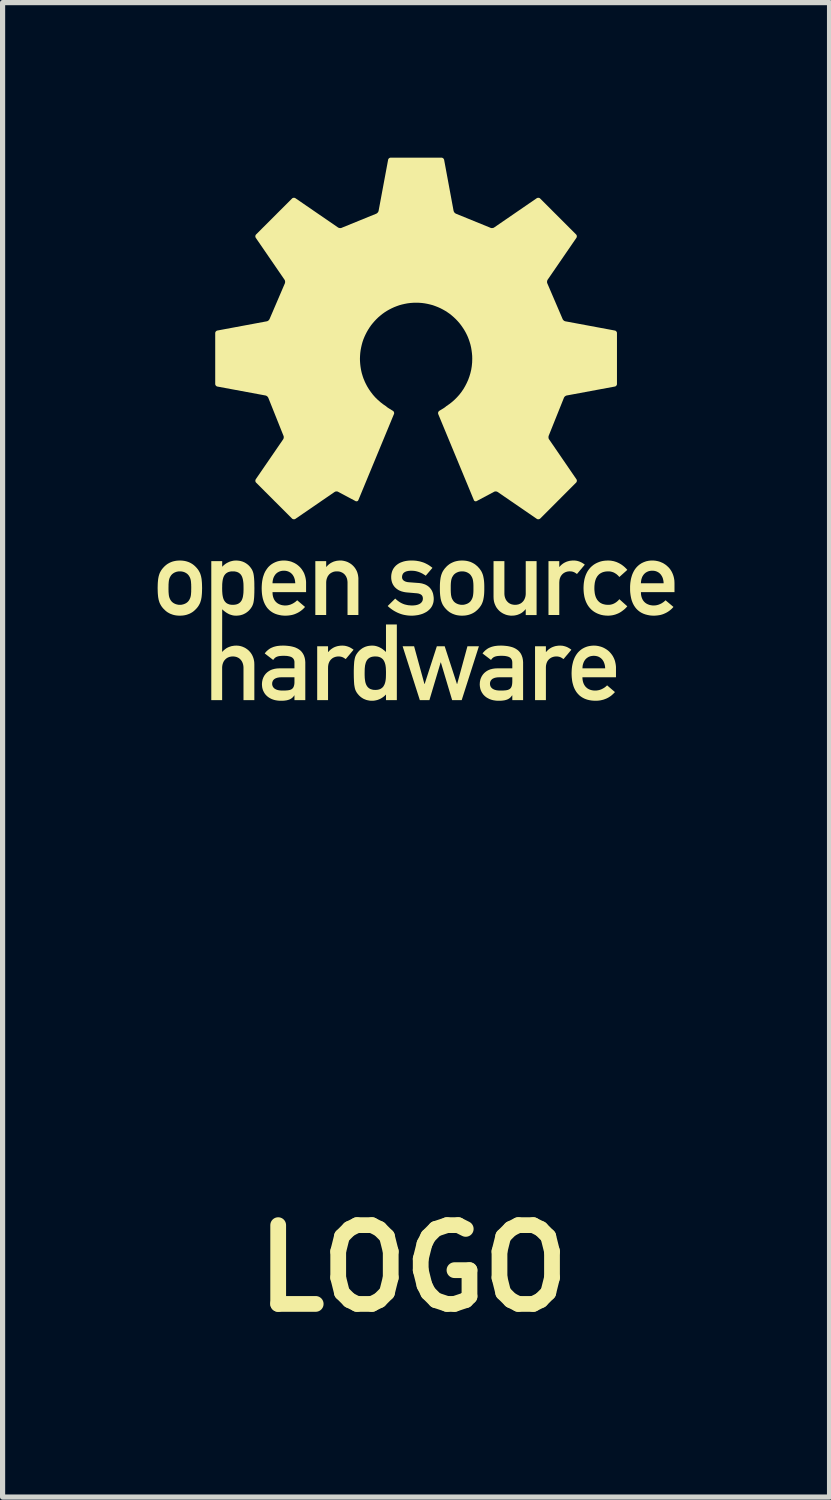
<source format=kicad_pcb>
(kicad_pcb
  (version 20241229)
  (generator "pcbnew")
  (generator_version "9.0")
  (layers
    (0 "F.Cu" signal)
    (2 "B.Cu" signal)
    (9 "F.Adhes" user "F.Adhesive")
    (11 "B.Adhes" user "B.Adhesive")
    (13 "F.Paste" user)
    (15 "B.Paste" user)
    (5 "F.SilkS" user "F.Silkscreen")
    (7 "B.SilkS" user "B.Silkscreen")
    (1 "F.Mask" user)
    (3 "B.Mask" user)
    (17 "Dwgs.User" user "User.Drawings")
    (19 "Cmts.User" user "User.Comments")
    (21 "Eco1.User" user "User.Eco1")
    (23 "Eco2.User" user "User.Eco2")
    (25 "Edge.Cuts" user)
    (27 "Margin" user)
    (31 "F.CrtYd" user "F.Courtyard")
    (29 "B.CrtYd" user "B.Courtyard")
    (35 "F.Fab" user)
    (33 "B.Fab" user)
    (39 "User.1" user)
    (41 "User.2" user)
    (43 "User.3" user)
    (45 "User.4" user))
  (footprint "LOGO"
    (layer "F.Cu")
    (at 4.945 3.795)
    (property "Reference" "LOGO" (at 0 17.694 0) (layer "F.SilkS") (effects (font (size 1.524 1.524) (thickness 0.305))))
    (fp_poly (pts (xy 0.217 6.389) (xy 0.221 6.389) (xy 0.457 5.659) (xy 0.609 5.659) (xy 0.846 6.389) (xy 0.85 6.389) (xy 1.049 5.659) (xy 1.271 5.659) (xy 0.938 6.701) (xy 0.753 6.701) (xy 0.535 5.971) (xy 0.531 5.971) (xy 0.313 6.701) (xy 0.128 6.701) (xy -0.205 5.659) (xy 0.017 5.659)) (stroke (width 0) (type solid)) (fill yes) (layer "F.SilkS"))
    (fp_poly (pts (xy 3.118 4) (xy 3.133 4.001) (xy 3.148 4.003) (xy 3.163 4.005) (xy 3.177 4.008) (xy 3.191 4.012) (xy 3.205 4.016) (xy 3.219 4.021) (xy 3.232 4.027) (xy 3.245 4.033) (xy 3.258 4.039) (xy 3.271 4.046) (xy 3.283 4.054) (xy 3.296 4.062) (xy 3.308 4.071) (xy 3.32 4.08) (xy 3.168 4.261) (xy 3.159 4.254) (xy 3.15 4.248) (xy 3.141 4.242) (xy 3.133 4.237) (xy 3.125 4.232) (xy 3.117 4.228) (xy 3.109 4.225) (xy 3.1 4.221) (xy 3.092 4.218) (xy 3.084 4.216) (xy 3.076 4.214) (xy 3.067 4.212) (xy 3.058 4.211) (xy 3.049 4.21) (xy 3.04 4.21) (xy 3.03 4.209) (xy 3.011 4.21) (xy 2.992 4.212) (xy 2.973 4.216) (xy 2.955 4.222) (xy 2.946 4.225) (xy 2.937 4.229) (xy 2.929 4.234) (xy 2.92 4.238) (xy 2.912 4.243) (xy 2.905 4.249) (xy 2.897 4.255) (xy 2.89 4.261) (xy 2.883 4.268) (xy 2.876 4.276) (xy 2.87 4.283) (xy 2.864 4.292) (xy 2.858 4.3) (xy 2.853 4.309) (xy 2.848 4.319) (xy 2.844 4.329) (xy 2.84 4.34) (xy 2.836 4.351) (xy 2.833 4.362) (xy 2.831 4.374) (xy 2.829 4.387) (xy 2.828 4.4) (xy 2.827 4.413) (xy 2.826 4.427) (xy 2.826 5.054) (xy 2.617 5.054) (xy 2.617 4.012) (xy 2.826 4.012) (xy 2.826 4.123) (xy 2.83 4.123) (xy 2.843 4.108) (xy 2.856 4.094) (xy 2.87 4.081) (xy 2.885 4.069) (xy 2.9 4.058) (xy 2.916 4.048) (xy 2.932 4.039) (xy 2.949 4.031) (xy 2.967 4.023) (xy 2.985 4.017) (xy 3.003 4.012) (xy 3.022 4.007) (xy 3.041 4.004) (xy 3.061 4.002) (xy 3.081 4) (xy 3.102 4)) (stroke (width 0) (type solid)) (fill yes) (layer "F.SilkS"))
    (fp_poly (pts (xy -1.357 5.647) (xy -1.341 5.648) (xy -1.326 5.649) (xy -1.312 5.652) (xy -1.297 5.655) (xy -1.283 5.659) (xy -1.269 5.663) (xy -1.256 5.668) (xy -1.242 5.673) (xy -1.229 5.679) (xy -1.216 5.686) (xy -1.203 5.693) (xy -1.191 5.701) (xy -1.178 5.709) (xy -1.166 5.717) (xy -1.154 5.726) (xy -1.306 5.907) (xy -1.315 5.901) (xy -1.324 5.895) (xy -1.333 5.889) (xy -1.341 5.884) (xy -1.349 5.879) (xy -1.358 5.875) (xy -1.366 5.871) (xy -1.374 5.868) (xy -1.382 5.865) (xy -1.39 5.863) (xy -1.398 5.861) (xy -1.407 5.859) (xy -1.416 5.858) (xy -1.425 5.857) (xy -1.434 5.856) (xy -1.444 5.856) (xy -1.463 5.857) (xy -1.482 5.859) (xy -1.501 5.863) (xy -1.519 5.869) (xy -1.528 5.872) (xy -1.537 5.876) (xy -1.545 5.88) (xy -1.554 5.885) (xy -1.562 5.89) (xy -1.57 5.896) (xy -1.577 5.902) (xy -1.584 5.908) (xy -1.591 5.915) (xy -1.598 5.922) (xy -1.604 5.93) (xy -1.61 5.938) (xy -1.616 5.947) (xy -1.621 5.956) (xy -1.626 5.966) (xy -1.63 5.976) (xy -1.634 5.986) (xy -1.638 5.997) (xy -1.641 6.009) (xy -1.643 6.021) (xy -1.645 6.034) (xy -1.647 6.047) (xy -1.647 6.06) (xy -1.648 6.074) (xy -1.648 6.701) (xy -1.857 6.701) (xy -1.858 6.701) (xy -1.858 5.659) (xy -1.648 5.659) (xy -1.648 5.77) (xy -1.644 5.77) (xy -1.631 5.755) (xy -1.618 5.741) (xy -1.604 5.728) (xy -1.589 5.716) (xy -1.574 5.705) (xy -1.558 5.695) (xy -1.542 5.685) (xy -1.525 5.677) (xy -1.508 5.67) (xy -1.49 5.664) (xy -1.471 5.658) (xy -1.452 5.654) (xy -1.433 5.651) (xy -1.413 5.648) (xy -1.393 5.647) (xy -1.372 5.646)) (stroke (width 0) (type solid)) (fill yes) (layer "F.SilkS"))
    (fp_poly (pts (xy 2.858 5.647) (xy 2.873 5.648) (xy 2.888 5.649) (xy 2.903 5.652) (xy 2.917 5.655) (xy 2.931 5.659) (xy 2.945 5.663) (xy 2.959 5.668) (xy 2.972 5.673) (xy 2.985 5.679) (xy 2.998 5.686) (xy 3.011 5.693) (xy 3.024 5.701) (xy 3.036 5.709) (xy 3.048 5.717) (xy 3.06 5.726) (xy 2.908 5.907) (xy 2.899 5.901) (xy 2.89 5.895) (xy 2.882 5.889) (xy 2.873 5.884) (xy 2.865 5.879) (xy 2.857 5.875) (xy 2.849 5.871) (xy 2.841 5.868) (xy 2.833 5.865) (xy 2.824 5.863) (xy 2.816 5.861) (xy 2.808 5.859) (xy 2.799 5.858) (xy 2.79 5.857) (xy 2.78 5.856) (xy 2.77 5.856) (xy 2.751 5.857) (xy 2.732 5.859) (xy 2.713 5.863) (xy 2.695 5.869) (xy 2.686 5.872) (xy 2.678 5.876) (xy 2.669 5.88) (xy 2.661 5.885) (xy 2.653 5.89) (xy 2.645 5.896) (xy 2.637 5.902) (xy 2.63 5.908) (xy 2.623 5.915) (xy 2.616 5.922) (xy 2.61 5.93) (xy 2.604 5.938) (xy 2.598 5.947) (xy 2.593 5.956) (xy 2.588 5.966) (xy 2.584 5.976) (xy 2.58 5.986) (xy 2.577 5.997) (xy 2.574 6.009) (xy 2.571 6.021) (xy 2.569 6.034) (xy 2.568 6.047) (xy 2.567 6.06) (xy 2.567 6.074) (xy 2.567 6.701) (xy 2.357 6.701) (xy 2.357 6.701) (xy 2.357 5.659) (xy 2.567 5.659) (xy 2.567 5.77) (xy 2.571 5.77) (xy 2.583 5.755) (xy 2.597 5.741) (xy 2.611 5.728) (xy 2.625 5.716) (xy 2.641 5.705) (xy 2.656 5.695) (xy 2.673 5.685) (xy 2.69 5.677) (xy 2.707 5.67) (xy 2.725 5.664) (xy 2.743 5.658) (xy 2.762 5.654) (xy 2.782 5.651) (xy 2.801 5.648) (xy 2.822 5.647) (xy 2.842 5.646)) (stroke (width 0) (type solid)) (fill yes) (layer "F.SilkS"))
    (fp_poly (pts (xy -1.393 4) (xy -1.378 4.001) (xy -1.347 4.006) (xy -1.316 4.013) (xy -1.285 4.023) (xy -1.27 4.029) (xy -1.256 4.036) (xy -1.241 4.044) (xy -1.227 4.052) (xy -1.213 4.061) (xy -1.2 4.07) (xy -1.186 4.081) (xy -1.174 4.092) (xy -1.161 4.104) (xy -1.15 4.116) (xy -1.139 4.129) (xy -1.128 4.143) (xy -1.118 4.158) (xy -1.109 4.173) (xy -1.1 4.189) (xy -1.092 4.205) (xy -1.085 4.223) (xy -1.079 4.24) (xy -1.074 4.259) (xy -1.069 4.278) (xy -1.066 4.298) (xy -1.063 4.319) (xy -1.061 4.34) (xy -1.061 4.362) (xy -1.061 5.054) (xy -1.271 5.054) (xy -1.271 4.434) (xy -1.271 4.421) (xy -1.272 4.408) (xy -1.273 4.395) (xy -1.275 4.383) (xy -1.277 4.372) (xy -1.279 4.36) (xy -1.282 4.349) (xy -1.286 4.339) (xy -1.29 4.329) (xy -1.294 4.319) (xy -1.299 4.309) (xy -1.304 4.3) (xy -1.31 4.292) (xy -1.316 4.284) (xy -1.322 4.276) (xy -1.329 4.268) (xy -1.336 4.261) (xy -1.343 4.255) (xy -1.351 4.249) (xy -1.359 4.243) (xy -1.367 4.238) (xy -1.376 4.233) (xy -1.385 4.229) (xy -1.394 4.225) (xy -1.403 4.221) (xy -1.413 4.218) (xy -1.423 4.215) (xy -1.433 4.213) (xy -1.444 4.212) (xy -1.454 4.21) (xy -1.465 4.21) (xy -1.476 4.21) (xy -1.487 4.21) (xy -1.498 4.21) (xy -1.509 4.212) (xy -1.519 4.213) (xy -1.53 4.215) (xy -1.54 4.218) (xy -1.55 4.221) (xy -1.559 4.225) (xy -1.568 4.229) (xy -1.577 4.233) (xy -1.586 4.238) (xy -1.594 4.243) (xy -1.603 4.249) (xy -1.61 4.255) (xy -1.618 4.261) (xy -1.625 4.268) (xy -1.632 4.276) (xy -1.638 4.284) (xy -1.644 4.292) (xy -1.65 4.3) (xy -1.655 4.309) (xy -1.66 4.319) (xy -1.664 4.329) (xy -1.668 4.339) (xy -1.672 4.349) (xy -1.675 4.36) (xy -1.678 4.372) (xy -1.68 4.383) (xy -1.682 4.395) (xy -1.683 4.408) (xy -1.684 4.421) (xy -1.684 4.434) (xy -1.684 5.054) (xy -1.894 5.054) (xy -1.894 5.054) (xy -1.894 4.012) (xy -1.684 4.012) (xy -1.684 4.123) (xy -1.68 4.123) (xy -1.667 4.108) (xy -1.654 4.094) (xy -1.64 4.081) (xy -1.625 4.069) (xy -1.61 4.058) (xy -1.594 4.048) (xy -1.578 4.039) (xy -1.561 4.031) (xy -1.544 4.023) (xy -1.526 4.017) (xy -1.507 4.012) (xy -1.488 4.007) (xy -1.469 4.004) (xy -1.449 4.002) (xy -1.429 4) (xy -1.408 4)) (stroke (width 0) (type solid)) (fill yes) (layer "F.SilkS"))
    (fp_poly (pts (xy 2.387 5.055) (xy 2.177 5.055) (xy 2.177 4.943) (xy 2.173 4.943) (xy 2.16 4.958) (xy 2.147 4.972) (xy 2.133 4.985) (xy 2.119 4.997) (xy 2.103 5.009) (xy 2.088 5.019) (xy 2.071 5.028) (xy 2.055 5.036) (xy 2.037 5.043) (xy 2.019 5.05) (xy 2.001 5.055) (xy 1.983 5.059) (xy 1.963 5.063) (xy 1.944 5.065) (xy 1.924 5.066) (xy 1.904 5.067) (xy 1.888 5.067) (xy 1.873 5.065) (xy 1.842 5.061) (xy 1.81 5.054) (xy 1.795 5.049) (xy 1.78 5.044) (xy 1.765 5.037) (xy 1.75 5.031) (xy 1.735 5.023) (xy 1.721 5.015) (xy 1.707 5.006) (xy 1.693 4.996) (xy 1.68 4.986) (xy 1.667 4.975) (xy 1.655 4.963) (xy 1.643 4.95) (xy 1.632 4.937) (xy 1.621 4.923) (xy 1.611 4.909) (xy 1.602 4.894) (xy 1.594 4.878) (xy 1.586 4.861) (xy 1.579 4.844) (xy 1.572 4.826) (xy 1.567 4.808) (xy 1.562 4.788) (xy 1.559 4.769) (xy 1.556 4.748) (xy 1.555 4.727) (xy 1.554 4.705) (xy 1.554 4.705) (xy 1.554 4.012) (xy 1.764 4.012) (xy 1.764 4.633) (xy 1.764 4.646) (xy 1.765 4.659) (xy 1.766 4.671) (xy 1.768 4.683) (xy 1.77 4.695) (xy 1.773 4.706) (xy 1.776 4.717) (xy 1.78 4.728) (xy 1.784 4.738) (xy 1.788 4.748) (xy 1.793 4.757) (xy 1.799 4.766) (xy 1.804 4.775) (xy 1.81 4.783) (xy 1.817 4.791) (xy 1.824 4.798) (xy 1.831 4.805) (xy 1.838 4.812) (xy 1.846 4.818) (xy 1.854 4.824) (xy 1.863 4.829) (xy 1.871 4.834) (xy 1.88 4.838) (xy 1.889 4.842) (xy 1.899 4.846) (xy 1.909 4.849) (xy 1.919 4.851) (xy 1.929 4.853) (xy 1.939 4.855) (xy 1.95 4.856) (xy 1.96 4.857) (xy 1.971 4.857) (xy 1.982 4.857) (xy 1.993 4.856) (xy 2.004 4.855) (xy 2.014 4.853) (xy 2.024 4.851) (xy 2.034 4.849) (xy 2.044 4.846) (xy 2.053 4.842) (xy 2.062 4.838) (xy 2.071 4.834) (xy 2.08 4.829) (xy 2.088 4.824) (xy 2.096 4.818) (xy 2.104 4.812) (xy 2.111 4.805) (xy 2.118 4.798) (xy 2.125 4.791) (xy 2.131 4.783) (xy 2.137 4.775) (xy 2.143 4.766) (xy 2.148 4.757) (xy 2.153 4.748) (xy 2.157 4.738) (xy 2.161 4.728) (xy 2.165 4.717) (xy 2.168 4.706) (xy 2.171 4.695) (xy 2.173 4.683) (xy 2.175 4.671) (xy 2.176 4.659) (xy 2.177 4.646) (xy 2.177 4.633) (xy 2.177 4.012) (xy 2.387 4.012)) (stroke (width 0) (type solid)) (fill yes) (layer "F.SilkS"))
    (fp_poly (pts (xy 3.783 4) (xy 3.797 4.001) (xy 3.812 4.002) (xy 3.826 4.003) (xy 3.854 4.008) (xy 3.881 4.013) (xy 3.907 4.021) (xy 3.932 4.029) (xy 3.957 4.04) (xy 3.981 4.051) (xy 4.004 4.064) (xy 4.026 4.077) (xy 4.047 4.092) (xy 4.068 4.108) (xy 4.088 4.125) (xy 4.107 4.143) (xy 4.125 4.161) (xy 4.142 4.181) (xy 3.988 4.319) (xy 3.978 4.307) (xy 3.968 4.296) (xy 3.957 4.285) (xy 3.945 4.275) (xy 3.934 4.265) (xy 3.921 4.256) (xy 3.908 4.248) (xy 3.895 4.24) (xy 3.882 4.233) (xy 3.868 4.227) (xy 3.853 4.222) (xy 3.839 4.218) (xy 3.823 4.214) (xy 3.808 4.212) (xy 3.792 4.21) (xy 3.776 4.21) (xy 3.745 4.211) (xy 3.716 4.214) (xy 3.702 4.217) (xy 3.688 4.22) (xy 3.675 4.224) (xy 3.662 4.228) (xy 3.65 4.234) (xy 3.638 4.239) (xy 3.626 4.246) (xy 3.615 4.253) (xy 3.605 4.26) (xy 3.595 4.268) (xy 3.586 4.277) (xy 3.577 4.287) (xy 3.568 4.297) (xy 3.56 4.308) (xy 3.553 4.32) (xy 3.546 4.332) (xy 3.539 4.345) (xy 3.533 4.359) (xy 3.528 4.373) (xy 3.523 4.388) (xy 3.519 4.404) (xy 3.515 4.42) (xy 3.512 4.437) (xy 3.51 4.455) (xy 3.506 4.493) (xy 3.505 4.534) (xy 3.505 4.555) (xy 3.506 4.575) (xy 3.508 4.594) (xy 3.51 4.613) (xy 3.512 4.631) (xy 3.515 4.648) (xy 3.519 4.664) (xy 3.523 4.68) (xy 3.528 4.695) (xy 3.533 4.709) (xy 3.539 4.723) (xy 3.546 4.736) (xy 3.553 4.748) (xy 3.56 4.76) (xy 3.568 4.77) (xy 3.577 4.781) (xy 3.586 4.79) (xy 3.595 4.799) (xy 3.605 4.807) (xy 3.615 4.815) (xy 3.626 4.822) (xy 3.638 4.828) (xy 3.65 4.834) (xy 3.662 4.839) (xy 3.675 4.843) (xy 3.688 4.847) (xy 3.702 4.85) (xy 3.716 4.853) (xy 3.73 4.855) (xy 3.745 4.856) (xy 3.761 4.857) (xy 3.776 4.857) (xy 3.784 4.857) (xy 3.792 4.857) (xy 3.8 4.856) (xy 3.808 4.855) (xy 3.823 4.853) (xy 3.839 4.849) (xy 3.853 4.845) (xy 3.868 4.84) (xy 3.882 4.833) (xy 3.895 4.827) (xy 3.908 4.819) (xy 3.921 4.811) (xy 3.933 4.802) (xy 3.945 4.792) (xy 3.957 4.782) (xy 3.968 4.771) (xy 3.978 4.76) (xy 3.988 4.748) (xy 3.988 4.748) (xy 4.142 4.886) (xy 4.125 4.905) (xy 4.107 4.924) (xy 4.088 4.942) (xy 4.068 4.958) (xy 4.047 4.974) (xy 4.026 4.989) (xy 4.004 5.003) (xy 3.981 5.016) (xy 3.957 5.027) (xy 3.932 5.037) (xy 3.907 5.046) (xy 3.881 5.053) (xy 3.854 5.059) (xy 3.826 5.063) (xy 3.797 5.066) (xy 3.768 5.067) (xy 3.723 5.065) (xy 3.679 5.06) (xy 3.635 5.051) (xy 3.593 5.037) (xy 3.572 5.029) (xy 3.552 5.02) (xy 3.532 5.01) (xy 3.513 4.999) (xy 3.494 4.987) (xy 3.476 4.974) (xy 3.458 4.959) (xy 3.441 4.944) (xy 3.425 4.927) (xy 3.41 4.91) (xy 3.395 4.891) (xy 3.381 4.871) (xy 3.368 4.85) (xy 3.356 4.827) (xy 3.345 4.804) (xy 3.335 4.779) (xy 3.326 4.753) (xy 3.318 4.726) (xy 3.311 4.697) (xy 3.306 4.667) (xy 3.301 4.636) (xy 3.298 4.603) (xy 3.296 4.57) (xy 3.295 4.534) (xy 3.296 4.499) (xy 3.298 4.465) (xy 3.301 4.433) (xy 3.306 4.402) (xy 3.311 4.372) (xy 3.318 4.343) (xy 3.326 4.316) (xy 3.335 4.289) (xy 3.345 4.265) (xy 3.356 4.241) (xy 3.368 4.218) (xy 3.381 4.197) (xy 3.395 4.177) (xy 3.41 4.158) (xy 3.425 4.14) (xy 3.441 4.124) (xy 3.458 4.108) (xy 3.476 4.094) (xy 3.494 4.08) (xy 3.513 4.068) (xy 3.532 4.057) (xy 3.552 4.047) (xy 3.572 4.038) (xy 3.593 4.03) (xy 3.614 4.022) (xy 3.635 4.016) (xy 3.657 4.011) (xy 3.679 4.007) (xy 3.701 4.004) (xy 3.723 4.002) (xy 3.768 4)) (stroke (width 0) (type solid)) (fill yes) (layer "F.SilkS"))
    (fp_poly (pts (xy -0.317 6.701) (xy -0.527 6.701) (xy -0.527 6.701) (xy -0.527 6.592) (xy -0.54 6.605) (xy -0.553 6.618) (xy -0.567 6.63) (xy -0.582 6.641) (xy -0.597 6.652) (xy -0.613 6.662) (xy -0.629 6.671) (xy -0.646 6.68) (xy -0.664 6.687) (xy -0.681 6.694) (xy -0.7 6.7) (xy -0.718 6.704) (xy -0.737 6.708) (xy -0.757 6.711) (xy -0.776 6.713) (xy -0.796 6.713) (xy -0.808 6.713) (xy -0.82 6.713) (xy -0.831 6.712) (xy -0.842 6.711) (xy -0.853 6.709) (xy -0.864 6.707) (xy -0.875 6.705) (xy -0.885 6.703) (xy -0.896 6.7) (xy -0.906 6.698) (xy -0.915 6.694) (xy -0.925 6.691) (xy -0.934 6.687) (xy -0.944 6.683) (xy -0.962 6.675) (xy -0.979 6.665) (xy -0.995 6.655) (xy -1.01 6.644) (xy -1.025 6.632) (xy -1.039 6.619) (xy -1.052 6.606) (xy -1.064 6.592) (xy -1.076 6.578) (xy -1.086 6.564) (xy -1.096 6.55) (xy -1.104 6.535) (xy -1.112 6.52) (xy -1.119 6.504) (xy -1.125 6.486) (xy -1.13 6.467) (xy -1.134 6.446) (xy -1.138 6.423) (xy -1.142 6.398) (xy -1.144 6.369) (xy -1.146 6.338) (xy -1.149 6.266) (xy -1.15 6.179) (xy -0.94 6.179) (xy -0.94 6.209) (xy -0.939 6.24) (xy -0.938 6.269) (xy -0.935 6.298) (xy -0.931 6.326) (xy -0.929 6.34) (xy -0.926 6.353) (xy -0.923 6.366) (xy -0.919 6.378) (xy -0.914 6.391) (xy -0.91 6.402) (xy -0.904 6.413) (xy -0.898 6.424) (xy -0.891 6.434) (xy -0.884 6.444) (xy -0.876 6.453) (xy -0.867 6.461) (xy -0.858 6.469) (xy -0.847 6.476) (xy -0.836 6.482) (xy -0.824 6.488) (xy -0.811 6.492) (xy -0.797 6.496) (xy -0.783 6.5) (xy -0.767 6.502) (xy -0.75 6.503) (xy -0.732 6.504) (xy -0.715 6.503) (xy -0.698 6.502) (xy -0.682 6.499) (xy -0.667 6.496) (xy -0.654 6.492) (xy -0.641 6.487) (xy -0.629 6.481) (xy -0.618 6.474) (xy -0.608 6.467) (xy -0.598 6.459) (xy -0.589 6.45) (xy -0.581 6.441) (xy -0.574 6.431) (xy -0.568 6.42) (xy -0.562 6.409) (xy -0.556 6.398) (xy -0.547 6.373) (xy -0.54 6.348) (xy -0.535 6.321) (xy -0.531 6.293) (xy -0.529 6.265) (xy -0.528 6.236) (xy -0.527 6.179) (xy -0.527 6.151) (xy -0.528 6.122) (xy -0.529 6.093) (xy -0.531 6.065) (xy -0.535 6.038) (xy -0.537 6.024) (xy -0.54 6.011) (xy -0.544 5.998) (xy -0.547 5.985) (xy -0.552 5.973) (xy -0.556 5.961) (xy -0.562 5.95) (xy -0.568 5.939) (xy -0.574 5.928) (xy -0.581 5.919) (xy -0.589 5.909) (xy -0.598 5.901) (xy -0.608 5.893) (xy -0.618 5.885) (xy -0.629 5.879) (xy -0.641 5.873) (xy -0.654 5.868) (xy -0.667 5.864) (xy -0.682 5.86) (xy -0.698 5.858) (xy -0.715 5.857) (xy -0.732 5.856) (xy -0.75 5.856) (xy -0.767 5.858) (xy -0.783 5.86) (xy -0.798 5.863) (xy -0.812 5.867) (xy -0.825 5.872) (xy -0.837 5.877) (xy -0.848 5.884) (xy -0.859 5.891) (xy -0.868 5.898) (xy -0.877 5.907) (xy -0.885 5.915) (xy -0.892 5.925) (xy -0.899 5.935) (xy -0.905 5.946) (xy -0.91 5.957) (xy -0.915 5.968) (xy -0.919 5.98) (xy -0.926 6.006) (xy -0.932 6.032) (xy -0.935 6.06) (xy -0.938 6.089) (xy -0.939 6.119) (xy -0.94 6.179) (xy -1.15 6.179) (xy -1.15 6.179) (xy -1.15 6.133) (xy -1.149 6.091) (xy -1.148 6.054) (xy -1.146 6.019) (xy -1.144 5.989) (xy -1.142 5.961) (xy -1.138 5.935) (xy -1.134 5.912) (xy -1.13 5.892) (xy -1.127 5.882) (xy -1.125 5.873) (xy -1.122 5.864) (xy -1.119 5.855) (xy -1.115 5.847) (xy -1.112 5.839) (xy -1.104 5.824) (xy -1.096 5.81) (xy -1.086 5.796) (xy -1.076 5.782) (xy -1.064 5.767) (xy -1.052 5.754) (xy -1.039 5.74) (xy -1.025 5.728) (xy -1.01 5.716) (xy -0.995 5.705) (xy -0.979 5.694) (xy -0.962 5.685) (xy -0.944 5.676) (xy -0.925 5.668) (xy -0.906 5.662) (xy -0.885 5.656) (xy -0.864 5.652) (xy -0.842 5.649) (xy -0.82 5.647) (xy -0.796 5.646) (xy -0.776 5.647) (xy -0.757 5.648) (xy -0.738 5.651) (xy -0.72 5.655) (xy -0.702 5.66) (xy -0.685 5.666) (xy -0.668 5.672) (xy -0.651 5.68) (xy -0.634 5.689) (xy -0.618 5.698) (xy -0.602 5.708) (xy -0.587 5.719) (xy -0.572 5.731) (xy -0.556 5.743) (xy -0.542 5.756) (xy -0.527 5.77) (xy -0.527 5.237) (xy -0.317 5.237)) (stroke (width 0) (type solid)) (fill yes) (layer "F.SilkS"))
    (fp_poly (pts (xy -2.481 4) (xy -2.46 4.002) (xy -2.439 4.004) (xy -2.418 4.008) (xy -2.397 4.012) (xy -2.377 4.017) (xy -2.357 4.023) (xy -2.338 4.031) (xy -2.319 4.039) (xy -2.301 4.047) (xy -2.283 4.057) (xy -2.265 4.068) (xy -2.248 4.079) (xy -2.232 4.092) (xy -2.216 4.105) (xy -2.201 4.119) (xy -2.187 4.133) (xy -2.173 4.149) (xy -2.16 4.165) (xy -2.148 4.182) (xy -2.137 4.2) (xy -2.126 4.218) (xy -2.116 4.237) (xy -2.107 4.257) (xy -2.1 4.278) (xy -2.093 4.299) (xy -2.087 4.321) (xy -2.082 4.344) (xy -2.078 4.367) (xy -2.075 4.39) (xy -2.073 4.415) (xy -2.073 4.44) (xy -2.073 4.612) (xy -2.722 4.612) (xy -2.722 4.628) (xy -2.721 4.644) (xy -2.72 4.658) (xy -2.718 4.673) (xy -2.715 4.686) (xy -2.712 4.7) (xy -2.708 4.712) (xy -2.704 4.725) (xy -2.699 4.736) (xy -2.694 4.748) (xy -2.688 4.759) (xy -2.682 4.769) (xy -2.675 4.779) (xy -2.668 4.788) (xy -2.66 4.797) (xy -2.652 4.805) (xy -2.643 4.813) (xy -2.635 4.82) (xy -2.625 4.827) (xy -2.616 4.833) (xy -2.605 4.839) (xy -2.595 4.844) (xy -2.584 4.849) (xy -2.573 4.853) (xy -2.562 4.857) (xy -2.55 4.861) (xy -2.538 4.863) (xy -2.526 4.866) (xy -2.513 4.867) (xy -2.5 4.869) (xy -2.487 4.869) (xy -2.474 4.87) (xy -2.458 4.869) (xy -2.443 4.868) (xy -2.428 4.866) (xy -2.413 4.863) (xy -2.398 4.859) (xy -2.382 4.855) (xy -2.367 4.849) (xy -2.353 4.843) (xy -2.338 4.836) (xy -2.324 4.829) (xy -2.31 4.82) (xy -2.296 4.811) (xy -2.282 4.802) (xy -2.27 4.791) (xy -2.257 4.78) (xy -2.245 4.769) (xy -2.093 4.898) (xy -2.113 4.92) (xy -2.133 4.94) (xy -2.154 4.958) (xy -2.176 4.975) (xy -2.198 4.99) (xy -2.221 5.004) (xy -2.244 5.016) (xy -2.268 5.027) (xy -2.292 5.037) (xy -2.316 5.045) (xy -2.341 5.052) (xy -2.366 5.057) (xy -2.392 5.061) (xy -2.417 5.064) (xy -2.443 5.066) (xy -2.47 5.067) (xy -2.51 5.066) (xy -2.551 5.062) (xy -2.592 5.054) (xy -2.632 5.044) (xy -2.672 5.03) (xy -2.691 5.021) (xy -2.71 5.012) (xy -2.728 5.001) (xy -2.746 4.989) (xy -2.764 4.976) (xy -2.781 4.962) (xy -2.797 4.946) (xy -2.813 4.93) (xy -2.828 4.912) (xy -2.842 4.892) (xy -2.855 4.871) (xy -2.868 4.849) (xy -2.879 4.825) (xy -2.89 4.8) (xy -2.899 4.773) (xy -2.908 4.744) (xy -2.915 4.714) (xy -2.921 4.682) (xy -2.926 4.648) (xy -2.929 4.613) (xy -2.931 4.575) (xy -2.932 4.536) (xy -2.931 4.499) (xy -2.929 4.464) (xy -2.927 4.44) (xy -2.722 4.44) (xy -2.282 4.44) (xy -2.283 4.425) (xy -2.285 4.411) (xy -2.286 4.397) (xy -2.289 4.384) (xy -2.291 4.371) (xy -2.294 4.359) (xy -2.298 4.347) (xy -2.302 4.335) (xy -2.306 4.324) (xy -2.311 4.313) (xy -2.317 4.303) (xy -2.322 4.294) (xy -2.328 4.284) (xy -2.335 4.275) (xy -2.341 4.267) (xy -2.348 4.259) (xy -2.356 4.252) (xy -2.364 4.245) (xy -2.372 4.238) (xy -2.38 4.232) (xy -2.389 4.227) (xy -2.398 4.222) (xy -2.407 4.217) (xy -2.417 4.213) (xy -2.427 4.209) (xy -2.437 4.206) (xy -2.447 4.203) (xy -2.458 4.201) (xy -2.469 4.199) (xy -2.48 4.198) (xy -2.491 4.197) (xy -2.502 4.197) (xy -2.514 4.197) (xy -2.525 4.198) (xy -2.536 4.199) (xy -2.547 4.201) (xy -2.558 4.203) (xy -2.568 4.206) (xy -2.578 4.209) (xy -2.588 4.213) (xy -2.598 4.217) (xy -2.607 4.222) (xy -2.616 4.227) (xy -2.625 4.232) (xy -2.634 4.238) (xy -2.642 4.245) (xy -2.65 4.252) (xy -2.657 4.259) (xy -2.664 4.267) (xy -2.671 4.275) (xy -2.677 4.284) (xy -2.683 4.294) (xy -2.689 4.303) (xy -2.694 4.313) (xy -2.699 4.324) (xy -2.704 4.335) (xy -2.708 4.347) (xy -2.711 4.359) (xy -2.714 4.371) (xy -2.717 4.384) (xy -2.719 4.397) (xy -2.721 4.411) (xy -2.722 4.425) (xy -2.722 4.44) (xy -2.927 4.44) (xy -2.926 4.43) (xy -2.922 4.397) (xy -2.916 4.366) (xy -2.91 4.336) (xy -2.902 4.308) (xy -2.893 4.282) (xy -2.884 4.256) (xy -2.873 4.232) (xy -2.862 4.21) (xy -2.849 4.189) (xy -2.836 4.169) (xy -2.822 4.15) (xy -2.808 4.132) (xy -2.793 4.116) (xy -2.777 4.101) (xy -2.761 4.087) (xy -2.744 4.074) (xy -2.727 4.063) (xy -2.709 4.052) (xy -2.691 4.043) (xy -2.673 4.034) (xy -2.655 4.027) (xy -2.636 4.02) (xy -2.617 4.014) (xy -2.598 4.01) (xy -2.579 4.006) (xy -2.54 4.001) (xy -2.502 4)) (stroke (width 0) (type solid)) (fill yes) (layer "F.SilkS"))
    (fp_poly (pts (xy 4.647 4) (xy 4.668 4.002) (xy 4.689 4.004) (xy 4.71 4.008) (xy 4.73 4.012) (xy 4.75 4.017) (xy 4.77 4.023) (xy 4.79 4.031) (xy 4.808 4.039) (xy 4.827 4.047) (xy 4.845 4.057) (xy 4.862 4.068) (xy 4.879 4.079) (xy 4.896 4.092) (xy 4.911 4.105) (xy 4.926 4.119) (xy 4.941 4.133) (xy 4.955 4.149) (xy 4.968 4.165) (xy 4.98 4.182) (xy 4.991 4.2) (xy 5.002 4.218) (xy 5.011 4.237) (xy 5.02 4.257) (xy 5.028 4.278) (xy 5.035 4.299) (xy 5.041 4.321) (xy 5.046 4.344) (xy 5.05 4.367) (xy 5.053 4.39) (xy 5.054 4.415) (xy 5.055 4.44) (xy 5.055 4.612) (xy 4.406 4.612) (xy 4.406 4.628) (xy 4.407 4.644) (xy 4.408 4.658) (xy 4.41 4.673) (xy 4.413 4.686) (xy 4.416 4.7) (xy 4.42 4.712) (xy 4.424 4.725) (xy 4.429 4.736) (xy 4.434 4.748) (xy 4.44 4.759) (xy 4.446 4.769) (xy 4.453 4.779) (xy 4.46 4.788) (xy 4.468 4.797) (xy 4.476 4.805) (xy 4.484 4.813) (xy 4.493 4.82) (xy 4.503 4.827) (xy 4.512 4.833) (xy 4.522 4.839) (xy 4.533 4.844) (xy 4.544 4.849) (xy 4.555 4.853) (xy 4.566 4.857) (xy 4.578 4.861) (xy 4.59 4.863) (xy 4.602 4.866) (xy 4.615 4.867) (xy 4.628 4.869) (xy 4.641 4.869) (xy 4.654 4.87) (xy 4.669 4.869) (xy 4.685 4.868) (xy 4.7 4.866) (xy 4.715 4.863) (xy 4.73 4.859) (xy 4.745 4.855) (xy 4.76 4.849) (xy 4.775 4.843) (xy 4.79 4.836) (xy 4.804 4.829) (xy 4.818 4.82) (xy 4.832 4.811) (xy 4.845 4.802) (xy 4.858 4.791) (xy 4.871 4.78) (xy 4.882 4.769) (xy 5.035 4.898) (xy 5.015 4.92) (xy 4.995 4.94) (xy 4.974 4.958) (xy 4.952 4.975) (xy 4.93 4.99) (xy 4.907 5.004) (xy 4.884 5.016) (xy 4.86 5.027) (xy 4.836 5.037) (xy 4.812 5.045) (xy 4.787 5.052) (xy 4.762 5.057) (xy 4.736 5.061) (xy 4.71 5.064) (xy 4.684 5.066) (xy 4.658 5.067) (xy 4.618 5.066) (xy 4.577 5.062) (xy 4.536 5.054) (xy 4.496 5.044) (xy 4.456 5.03) (xy 4.437 5.021) (xy 4.418 5.012) (xy 4.399 5.001) (xy 4.381 4.989) (xy 4.364 4.976) (xy 4.347 4.962) (xy 4.33 4.946) (xy 4.315 4.93) (xy 4.3 4.912) (xy 4.286 4.892) (xy 4.272 4.871) (xy 4.26 4.849) (xy 4.248 4.825) (xy 4.238 4.8) (xy 4.228 4.773) (xy 4.22 4.744) (xy 4.213 4.714) (xy 4.207 4.682) (xy 4.202 4.648) (xy 4.198 4.613) (xy 4.196 4.575) (xy 4.196 4.536) (xy 4.196 4.499) (xy 4.198 4.464) (xy 4.2 4.44) (xy 4.405 4.44) (xy 4.845 4.44) (xy 4.844 4.425) (xy 4.843 4.411) (xy 4.841 4.397) (xy 4.839 4.384) (xy 4.836 4.371) (xy 4.833 4.359) (xy 4.83 4.347) (xy 4.826 4.335) (xy 4.821 4.324) (xy 4.816 4.313) (xy 4.811 4.303) (xy 4.805 4.294) (xy 4.799 4.284) (xy 4.793 4.275) (xy 4.786 4.267) (xy 4.779 4.259) (xy 4.772 4.252) (xy 4.764 4.245) (xy 4.756 4.238) (xy 4.747 4.232) (xy 4.739 4.227) (xy 4.73 4.222) (xy 4.72 4.217) (xy 4.711 4.213) (xy 4.701 4.209) (xy 4.691 4.206) (xy 4.681 4.203) (xy 4.67 4.201) (xy 4.659 4.199) (xy 4.648 4.198) (xy 4.637 4.197) (xy 4.625 4.197) (xy 4.614 4.197) (xy 4.603 4.198) (xy 4.591 4.199) (xy 4.581 4.201) (xy 4.57 4.203) (xy 4.559 4.206) (xy 4.549 4.209) (xy 4.539 4.213) (xy 4.53 4.217) (xy 4.52 4.222) (xy 4.511 4.227) (xy 4.502 4.232) (xy 4.494 4.238) (xy 4.486 4.245) (xy 4.478 4.252) (xy 4.47 4.259) (xy 4.463 4.267) (xy 4.457 4.275) (xy 4.45 4.284) (xy 4.444 4.294) (xy 4.438 4.303) (xy 4.433 4.313) (xy 4.428 4.324) (xy 4.424 4.335) (xy 4.42 4.347) (xy 4.416 4.359) (xy 4.413 4.371) (xy 4.411 4.384) (xy 4.409 4.397) (xy 4.407 4.411) (xy 4.406 4.425) (xy 4.405 4.44) (xy 4.2 4.44) (xy 4.201 4.43) (xy 4.206 4.397) (xy 4.211 4.366) (xy 4.218 4.336) (xy 4.226 4.308) (xy 4.234 4.282) (xy 4.244 4.256) (xy 4.255 4.232) (xy 4.266 4.21) (xy 4.278 4.189) (xy 4.291 4.169) (xy 4.305 4.15) (xy 4.32 4.132) (xy 4.335 4.116) (xy 4.351 4.101) (xy 4.367 4.087) (xy 4.384 4.074) (xy 4.401 4.063) (xy 4.418 4.052) (xy 4.436 4.043) (xy 4.455 4.034) (xy 4.473 4.027) (xy 4.492 4.02) (xy 4.511 4.014) (xy 4.53 4.01) (xy 4.549 4.006) (xy 4.587 4.001) (xy 4.625 4)) (stroke (width 0) (type solid)) (fill yes) (layer "F.SilkS"))
    (fp_poly (pts (xy 3.515 5.647) (xy 3.537 5.648) (xy 3.558 5.651) (xy 3.578 5.654) (xy 3.599 5.659) (xy 3.619 5.664) (xy 3.639 5.67) (xy 3.658 5.677) (xy 3.677 5.685) (xy 3.695 5.694) (xy 3.713 5.704) (xy 3.731 5.715) (xy 3.748 5.726) (xy 3.764 5.738) (xy 3.78 5.751) (xy 3.795 5.765) (xy 3.809 5.78) (xy 3.823 5.796) (xy 3.836 5.812) (xy 3.848 5.829) (xy 3.86 5.846) (xy 3.87 5.865) (xy 3.88 5.884) (xy 3.889 5.904) (xy 3.897 5.925) (xy 3.904 5.946) (xy 3.909 5.968) (xy 3.914 5.99) (xy 3.918 6.013) (xy 3.921 6.037) (xy 3.923 6.061) (xy 3.923 6.086) (xy 3.923 6.259) (xy 3.924 6.259) (xy 3.274 6.259) (xy 3.274 6.275) (xy 3.275 6.29) (xy 3.277 6.305) (xy 3.279 6.319) (xy 3.282 6.333) (xy 3.285 6.346) (xy 3.289 6.359) (xy 3.293 6.371) (xy 3.298 6.383) (xy 3.303 6.394) (xy 3.309 6.405) (xy 3.315 6.415) (xy 3.322 6.425) (xy 3.329 6.435) (xy 3.336 6.443) (xy 3.345 6.452) (xy 3.353 6.459) (xy 3.362 6.467) (xy 3.371 6.474) (xy 3.381 6.48) (xy 3.391 6.486) (xy 3.401 6.491) (xy 3.412 6.496) (xy 3.423 6.5) (xy 3.435 6.504) (xy 3.446 6.507) (xy 3.459 6.51) (xy 3.471 6.512) (xy 3.483 6.514) (xy 3.496 6.515) (xy 3.509 6.516) (xy 3.523 6.516) (xy 3.538 6.516) (xy 3.553 6.514) (xy 3.568 6.512) (xy 3.584 6.509) (xy 3.599 6.506) (xy 3.614 6.501) (xy 3.629 6.496) (xy 3.644 6.49) (xy 3.658 6.483) (xy 3.673 6.475) (xy 3.687 6.467) (xy 3.701 6.458) (xy 3.714 6.448) (xy 3.727 6.438) (xy 3.739 6.427) (xy 3.751 6.415) (xy 3.903 6.545) (xy 3.884 6.566) (xy 3.863 6.586) (xy 3.842 6.605) (xy 3.821 6.622) (xy 3.798 6.637) (xy 3.776 6.651) (xy 3.753 6.663) (xy 3.729 6.674) (xy 3.705 6.683) (xy 3.68 6.692) (xy 3.655 6.698) (xy 3.63 6.704) (xy 3.605 6.708) (xy 3.579 6.711) (xy 3.553 6.713) (xy 3.527 6.713) (xy 3.486 6.712) (xy 3.446 6.708) (xy 3.405 6.701) (xy 3.364 6.691) (xy 3.325 6.677) (xy 3.305 6.668) (xy 3.286 6.658) (xy 3.268 6.648) (xy 3.25 6.636) (xy 3.232 6.623) (xy 3.215 6.609) (xy 3.199 6.593) (xy 3.183 6.576) (xy 3.168 6.558) (xy 3.154 6.539) (xy 3.141 6.518) (xy 3.128 6.495) (xy 3.117 6.472) (xy 3.106 6.446) (xy 3.097 6.419) (xy 3.089 6.391) (xy 3.081 6.36) (xy 3.075 6.328) (xy 3.071 6.295) (xy 3.067 6.259) (xy 3.065 6.222) (xy 3.064 6.183) (xy 3.065 6.146) (xy 3.067 6.11) (xy 3.069 6.086) (xy 3.274 6.086) (xy 3.714 6.086) (xy 3.713 6.072) (xy 3.712 6.058) (xy 3.71 6.044) (xy 3.708 6.03) (xy 3.705 6.018) (xy 3.702 6.005) (xy 3.698 5.993) (xy 3.694 5.982) (xy 3.69 5.971) (xy 3.685 5.96) (xy 3.68 5.95) (xy 3.674 5.94) (xy 3.668 5.931) (xy 3.662 5.922) (xy 3.655 5.913) (xy 3.648 5.906) (xy 3.64 5.898) (xy 3.633 5.891) (xy 3.625 5.885) (xy 3.616 5.879) (xy 3.607 5.873) (xy 3.598 5.868) (xy 3.589 5.863) (xy 3.579 5.859) (xy 3.57 5.856) (xy 3.559 5.852) (xy 3.549 5.85) (xy 3.539 5.848) (xy 3.528 5.846) (xy 3.517 5.845) (xy 3.505 5.844) (xy 3.494 5.844) (xy 3.482 5.844) (xy 3.471 5.845) (xy 3.46 5.846) (xy 3.449 5.848) (xy 3.439 5.85) (xy 3.428 5.852) (xy 3.418 5.856) (xy 3.408 5.859) (xy 3.398 5.863) (xy 3.389 5.868) (xy 3.38 5.873) (xy 3.371 5.879) (xy 3.363 5.885) (xy 3.354 5.891) (xy 3.347 5.898) (xy 3.339 5.906) (xy 3.332 5.913) (xy 3.325 5.922) (xy 3.319 5.931) (xy 3.313 5.94) (xy 3.307 5.95) (xy 3.302 5.96) (xy 3.297 5.971) (xy 3.293 5.982) (xy 3.289 5.993) (xy 3.285 6.005) (xy 3.282 6.018) (xy 3.279 6.03) (xy 3.277 6.044) (xy 3.276 6.058) (xy 3.275 6.072) (xy 3.274 6.086) (xy 3.069 6.086) (xy 3.07 6.076) (xy 3.074 6.044) (xy 3.08 6.013) (xy 3.087 5.983) (xy 3.094 5.955) (xy 3.103 5.928) (xy 3.113 5.903) (xy 3.123 5.879) (xy 3.135 5.856) (xy 3.147 5.835) (xy 3.16 5.815) (xy 3.174 5.796) (xy 3.188 5.779) (xy 3.203 5.763) (xy 3.219 5.748) (xy 3.235 5.734) (xy 3.252 5.721) (xy 3.269 5.709) (xy 3.287 5.699) (xy 3.305 5.689) (xy 3.323 5.681) (xy 3.342 5.673) (xy 3.36 5.667) (xy 3.379 5.661) (xy 3.398 5.657) (xy 3.418 5.653) (xy 3.456 5.648) (xy 3.494 5.646)) (stroke (width 0) (type solid)) (fill yes) (layer "F.SilkS"))
    (fp_poly (pts (xy -4.5 4) (xy -4.485 4.001) (xy -4.471 4.002) (xy -4.457 4.003) (xy -4.444 4.005) (xy -4.43 4.007) (xy -4.418 4.009) (xy -4.405 4.012) (xy -4.393 4.015) (xy -4.381 4.018) (xy -4.37 4.022) (xy -4.359 4.025) (xy -4.348 4.029) (xy -4.337 4.034) (xy -4.327 4.038) (xy -4.317 4.043) (xy -4.299 4.053) (xy -4.281 4.063) (xy -4.265 4.074) (xy -4.249 4.086) (xy -4.235 4.098) (xy -4.222 4.109) (xy -4.21 4.122) (xy -4.198 4.134) (xy -4.184 4.15) (xy -4.17 4.167) (xy -4.158 4.184) (xy -4.147 4.201) (xy -4.137 4.22) (xy -4.127 4.239) (xy -4.119 4.259) (xy -4.112 4.281) (xy -4.105 4.305) (xy -4.1 4.33) (xy -4.095 4.357) (xy -4.092 4.387) (xy -4.089 4.419) (xy -4.087 4.454) (xy -4.086 4.492) (xy -4.085 4.532) (xy -4.086 4.573) (xy -4.087 4.611) (xy -4.089 4.646) (xy -4.092 4.678) (xy -4.095 4.708) (xy -4.1 4.735) (xy -4.105 4.761) (xy -4.112 4.784) (xy -4.119 4.807) (xy -4.127 4.827) (xy -4.137 4.847) (xy -4.147 4.865) (xy -4.158 4.883) (xy -4.17 4.9) (xy -4.184 4.917) (xy -4.198 4.933) (xy -4.21 4.945) (xy -4.222 4.957) (xy -4.235 4.969) (xy -4.249 4.981) (xy -4.265 4.993) (xy -4.281 5.004) (xy -4.299 5.014) (xy -4.317 5.024) (xy -4.337 5.033) (xy -4.359 5.041) (xy -4.381 5.049) (xy -4.405 5.055) (xy -4.43 5.06) (xy -4.457 5.064) (xy -4.485 5.066) (xy -4.515 5.067) (xy -4.53 5.067) (xy -4.545 5.066) (xy -4.559 5.065) (xy -4.573 5.064) (xy -4.586 5.062) (xy -4.6 5.06) (xy -4.612 5.058) (xy -4.625 5.055) (xy -4.637 5.052) (xy -4.649 5.049) (xy -4.66 5.045) (xy -4.671 5.041) (xy -4.682 5.037) (xy -4.693 5.033) (xy -4.703 5.029) (xy -4.713 5.024) (xy -4.731 5.014) (xy -4.749 5.004) (xy -4.765 4.993) (xy -4.781 4.981) (xy -4.795 4.969) (xy -4.808 4.957) (xy -4.82 4.945) (xy -4.832 4.933) (xy -4.846 4.917) (xy -4.86 4.9) (xy -4.872 4.883) (xy -4.883 4.865) (xy -4.893 4.847) (xy -4.903 4.827) (xy -4.911 4.807) (xy -4.918 4.784) (xy -4.925 4.761) (xy -4.93 4.735) (xy -4.935 4.708) (xy -4.938 4.678) (xy -4.941 4.646) (xy -4.943 4.611) (xy -4.944 4.573) (xy -4.945 4.532) (xy -4.735 4.532) (xy -4.735 4.56) (xy -4.734 4.584) (xy -4.734 4.607) (xy -4.732 4.628) (xy -4.731 4.646) (xy -4.729 4.663) (xy -4.727 4.679) (xy -4.724 4.693) (xy -4.721 4.706) (xy -4.717 4.718) (xy -4.713 4.729) (xy -4.708 4.74) (xy -4.703 4.751) (xy -4.697 4.761) (xy -4.691 4.771) (xy -4.684 4.781) (xy -4.677 4.789) (xy -4.67 4.797) (xy -4.663 4.804) (xy -4.654 4.811) (xy -4.645 4.818) (xy -4.636 4.824) (xy -4.625 4.83) (xy -4.615 4.835) (xy -4.603 4.84) (xy -4.592 4.845) (xy -4.58 4.848) (xy -4.567 4.851) (xy -4.555 4.854) (xy -4.542 4.856) (xy -4.528 4.857) (xy -4.515 4.857) (xy -4.502 4.857) (xy -4.488 4.856) (xy -4.475 4.854) (xy -4.463 4.851) (xy -4.45 4.848) (xy -4.438 4.844) (xy -4.427 4.84) (xy -4.415 4.835) (xy -4.405 4.83) (xy -4.394 4.824) (xy -4.385 4.818) (xy -4.376 4.811) (xy -4.367 4.804) (xy -4.36 4.797) (xy -4.353 4.789) (xy -4.349 4.785) (xy -4.346 4.781) (xy -4.339 4.771) (xy -4.333 4.761) (xy -4.327 4.751) (xy -4.322 4.74) (xy -4.317 4.729) (xy -4.313 4.718) (xy -4.309 4.706) (xy -4.306 4.693) (xy -4.303 4.679) (xy -4.301 4.664) (xy -4.299 4.647) (xy -4.298 4.628) (xy -4.296 4.608) (xy -4.296 4.586) (xy -4.295 4.534) (xy -4.295 4.507) (xy -4.296 4.482) (xy -4.296 4.46) (xy -4.298 4.439) (xy -4.299 4.42) (xy -4.301 4.403) (xy -4.303 4.388) (xy -4.306 4.374) (xy -4.309 4.361) (xy -4.313 4.349) (xy -4.317 4.337) (xy -4.322 4.326) (xy -4.327 4.316) (xy -4.333 4.306) (xy -4.339 4.296) (xy -4.346 4.286) (xy -4.353 4.278) (xy -4.36 4.27) (xy -4.367 4.263) (xy -4.376 4.255) (xy -4.385 4.249) (xy -4.394 4.243) (xy -4.405 4.237) (xy -4.415 4.231) (xy -4.427 4.226) (xy -4.438 4.222) (xy -4.45 4.218) (xy -4.463 4.215) (xy -4.475 4.213) (xy -4.488 4.211) (xy -4.502 4.21) (xy -4.515 4.21) (xy -4.528 4.21) (xy -4.542 4.211) (xy -4.555 4.213) (xy -4.567 4.215) (xy -4.58 4.218) (xy -4.592 4.222) (xy -4.604 4.227) (xy -4.615 4.231) (xy -4.625 4.237) (xy -4.636 4.243) (xy -4.645 4.249) (xy -4.654 4.256) (xy -4.663 4.263) (xy -4.67 4.27) (xy -4.677 4.278) (xy -4.681 4.282) (xy -4.684 4.286) (xy -4.691 4.296) (xy -4.697 4.306) (xy -4.703 4.316) (xy -4.708 4.326) (xy -4.713 4.337) (xy -4.717 4.348) (xy -4.721 4.36) (xy -4.724 4.373) (xy -4.727 4.387) (xy -4.729 4.402) (xy -4.731 4.419) (xy -4.732 4.437) (xy -4.734 4.458) (xy -4.734 4.48) (xy -4.735 4.532) (xy -4.945 4.532) (xy -4.944 4.492) (xy -4.943 4.454) (xy -4.941 4.42) (xy -4.938 4.388) (xy -4.935 4.358) (xy -4.93 4.331) (xy -4.925 4.306) (xy -4.918 4.282) (xy -4.911 4.26) (xy -4.903 4.239) (xy -4.893 4.22) (xy -4.883 4.202) (xy -4.872 4.184) (xy -4.86 4.167) (xy -4.846 4.15) (xy -4.832 4.134) (xy -4.82 4.122) (xy -4.808 4.109) (xy -4.795 4.098) (xy -4.781 4.086) (xy -4.765 4.074) (xy -4.749 4.063) (xy -4.731 4.053) (xy -4.713 4.043) (xy -4.693 4.034) (xy -4.671 4.025) (xy -4.649 4.018) (xy -4.625 4.012) (xy -4.6 4.007) (xy -4.573 4.003) (xy -4.545 4.001) (xy -4.515 4)) (stroke (width 0) (type solid)) (fill yes) (layer "F.SilkS"))
    (fp_poly (pts (xy -2.474 5.647) (xy -2.429 5.651) (xy -2.386 5.656) (xy -2.366 5.66) (xy -2.345 5.664) (xy -2.326 5.669) (xy -2.307 5.674) (xy -2.289 5.68) (xy -2.271 5.687) (xy -2.255 5.695) (xy -2.238 5.703) (xy -2.223 5.712) (xy -2.208 5.722) (xy -2.194 5.732) (xy -2.181 5.743) (xy -2.169 5.755) (xy -2.157 5.768) (xy -2.147 5.782) (xy -2.137 5.796) (xy -2.128 5.812) (xy -2.119 5.828) (xy -2.112 5.845) (xy -2.106 5.863) (xy -2.1 5.881) (xy -2.096 5.901) (xy -2.092 5.922) (xy -2.09 5.944) (xy -2.088 5.966) (xy -2.088 5.99) (xy -2.088 6.701) (xy -2.298 6.701) (xy -2.298 6.701) (xy -2.298 6.609) (xy -2.302 6.609) (xy -2.31 6.622) (xy -2.319 6.634) (xy -2.329 6.645) (xy -2.34 6.655) (xy -2.352 6.665) (xy -2.365 6.673) (xy -2.378 6.681) (xy -2.393 6.688) (xy -2.409 6.694) (xy -2.427 6.699) (xy -2.445 6.704) (xy -2.465 6.707) (xy -2.486 6.71) (xy -2.509 6.712) (xy -2.533 6.713) (xy -2.559 6.713) (xy -2.58 6.713) (xy -2.601 6.712) (xy -2.622 6.71) (xy -2.641 6.707) (xy -2.66 6.704) (xy -2.679 6.7) (xy -2.697 6.695) (xy -2.714 6.689) (xy -2.731 6.683) (xy -2.747 6.676) (xy -2.763 6.668) (xy -2.777 6.66) (xy -2.791 6.652) (xy -2.805 6.642) (xy -2.818 6.632) (xy -2.83 6.622) (xy -2.841 6.611) (xy -2.852 6.6) (xy -2.862 6.588) (xy -2.872 6.575) (xy -2.88 6.562) (xy -2.888 6.549) (xy -2.895 6.535) (xy -2.902 6.521) (xy -2.908 6.506) (xy -2.913 6.491) (xy -2.917 6.476) (xy -2.921 6.46) (xy -2.923 6.444) (xy -2.925 6.428) (xy -2.926 6.412) (xy -2.927 6.395) (xy -2.927 6.385) (xy -2.729 6.385) (xy -2.729 6.398) (xy -2.727 6.41) (xy -2.723 6.423) (xy -2.718 6.435) (xy -2.716 6.44) (xy -2.712 6.446) (xy -2.708 6.452) (xy -2.704 6.457) (xy -2.7 6.462) (xy -2.695 6.467) (xy -2.69 6.472) (xy -2.684 6.477) (xy -2.678 6.481) (xy -2.671 6.485) (xy -2.664 6.489) (xy -2.657 6.493) (xy -2.649 6.496) (xy -2.641 6.5) (xy -2.632 6.503) (xy -2.623 6.505) (xy -2.603 6.51) (xy -2.581 6.513) (xy -2.558 6.515) (xy -2.532 6.516) (xy -2.501 6.516) (xy -2.472 6.515) (xy -2.445 6.513) (xy -2.422 6.511) (xy -2.411 6.509) (xy -2.4 6.507) (xy -2.39 6.505) (xy -2.381 6.502) (xy -2.372 6.499) (xy -2.364 6.495) (xy -2.356 6.491) (xy -2.349 6.487) (xy -2.343 6.482) (xy -2.336 6.476) (xy -2.331 6.47) (xy -2.326 6.464) (xy -2.321 6.457) (xy -2.317 6.449) (xy -2.313 6.441) (xy -2.31 6.432) (xy -2.307 6.422) (xy -2.304 6.412) (xy -2.302 6.401) (xy -2.3 6.39) (xy -2.299 6.377) (xy -2.298 6.364) (xy -2.298 6.35) (xy -2.298 6.335) (xy -2.298 6.259) (xy -2.548 6.259) (xy -2.56 6.259) (xy -2.571 6.26) (xy -2.581 6.26) (xy -2.592 6.261) (xy -2.601 6.263) (xy -2.611 6.264) (xy -2.62 6.266) (xy -2.629 6.268) (xy -2.637 6.27) (xy -2.645 6.273) (xy -2.653 6.276) (xy -2.66 6.279) (xy -2.667 6.282) (xy -2.673 6.285) (xy -2.679 6.289) (xy -2.685 6.293) (xy -2.691 6.297) (xy -2.696 6.302) (xy -2.7 6.307) (xy -2.705 6.311) (xy -2.709 6.316) (xy -2.712 6.322) (xy -2.716 6.327) (xy -2.718 6.333) (xy -2.721 6.339) (xy -2.723 6.345) (xy -2.725 6.351) (xy -2.727 6.357) (xy -2.728 6.364) (xy -2.729 6.371) (xy -2.729 6.378) (xy -2.729 6.385) (xy -2.927 6.385) (xy -2.926 6.379) (xy -2.925 6.364) (xy -2.924 6.349) (xy -2.921 6.334) (xy -2.918 6.319) (xy -2.915 6.304) (xy -2.91 6.29) (xy -2.905 6.276) (xy -2.9 6.263) (xy -2.893 6.249) (xy -2.886 6.237) (xy -2.879 6.224) (xy -2.87 6.212) (xy -2.861 6.2) (xy -2.852 6.189) (xy -2.841 6.178) (xy -2.83 6.168) (xy -2.819 6.158) (xy -2.806 6.149) (xy -2.793 6.14) (xy -2.78 6.132) (xy -2.766 6.124) (xy -2.751 6.117) (xy -2.735 6.111) (xy -2.719 6.105) (xy -2.702 6.101) (xy -2.685 6.096) (xy -2.666 6.093) (xy -2.648 6.09) (xy -2.628 6.088) (xy -2.608 6.087) (xy -2.588 6.086) (xy -2.298 6.086) (xy -2.298 5.977) (xy -2.298 5.96) (xy -2.299 5.951) (xy -2.301 5.943) (xy -2.302 5.936) (xy -2.304 5.928) (xy -2.307 5.921) (xy -2.31 5.915) (xy -2.313 5.909) (xy -2.317 5.903) (xy -2.321 5.897) (xy -2.326 5.892) (xy -2.331 5.887) (xy -2.336 5.882) (xy -2.342 5.878) (xy -2.348 5.873) (xy -2.355 5.87) (xy -2.362 5.866) (xy -2.378 5.86) (xy -2.395 5.855) (xy -2.415 5.851) (xy -2.436 5.847) (xy -2.459 5.845) (xy -2.484 5.844) (xy -2.511 5.844) (xy -2.531 5.844) (xy -2.55 5.845) (xy -2.567 5.846) (xy -2.583 5.848) (xy -2.591 5.849) (xy -2.598 5.85) (xy -2.605 5.852) (xy -2.612 5.853) (xy -2.619 5.855) (xy -2.625 5.857) (xy -2.631 5.859) (xy -2.637 5.861) (xy -2.643 5.864) (xy -2.648 5.866) (xy -2.654 5.869) (xy -2.659 5.872) (xy -2.664 5.875) (xy -2.669 5.879) (xy -2.673 5.882) (xy -2.678 5.886) (xy -2.682 5.89) (xy -2.686 5.894) (xy -2.69 5.899) (xy -2.694 5.903) (xy -2.698 5.908) (xy -2.702 5.913) (xy -2.705 5.918) (xy -2.709 5.924) (xy -2.873 5.798) (xy -2.858 5.778) (xy -2.842 5.76) (xy -2.824 5.743) (xy -2.806 5.728) (xy -2.788 5.714) (xy -2.768 5.701) (xy -2.747 5.69) (xy -2.726 5.681) (xy -2.704 5.672) (xy -2.68 5.665) (xy -2.656 5.659) (xy -2.631 5.654) (xy -2.605 5.651) (xy -2.578 5.648) (xy -2.55 5.647) (xy -2.522 5.646)) (stroke (width 0) (type solid)) (fill yes) (layer "F.SilkS"))
    (fp_poly (pts (xy 0.96 4) (xy 0.975 4.001) (xy 0.989 4.002) (xy 1.003 4.003) (xy 1.017 4.005) (xy 1.03 4.007) (xy 1.043 4.009) (xy 1.055 4.012) (xy 1.067 4.015) (xy 1.079 4.018) (xy 1.091 4.022) (xy 1.102 4.025) (xy 1.113 4.029) (xy 1.123 4.034) (xy 1.133 4.038) (xy 1.143 4.043) (xy 1.162 4.053) (xy 1.179 4.063) (xy 1.196 4.074) (xy 1.211 4.086) (xy 1.225 4.098) (xy 1.239 4.109) (xy 1.251 4.122) (xy 1.262 4.134) (xy 1.277 4.15) (xy 1.29 4.167) (xy 1.302 4.184) (xy 1.314 4.201) (xy 1.324 4.22) (xy 1.333 4.239) (xy 1.341 4.259) (xy 1.349 4.281) (xy 1.355 4.305) (xy 1.36 4.33) (xy 1.365 4.357) (xy 1.369 4.387) (xy 1.372 4.419) (xy 1.374 4.454) (xy 1.375 4.492) (xy 1.375 4.532) (xy 1.375 4.573) (xy 1.374 4.611) (xy 1.372 4.646) (xy 1.369 4.678) (xy 1.365 4.708) (xy 1.36 4.735) (xy 1.355 4.761) (xy 1.349 4.784) (xy 1.341 4.807) (xy 1.333 4.827) (xy 1.324 4.847) (xy 1.314 4.865) (xy 1.302 4.883) (xy 1.29 4.9) (xy 1.277 4.917) (xy 1.262 4.933) (xy 1.251 4.945) (xy 1.239 4.957) (xy 1.225 4.969) (xy 1.211 4.981) (xy 1.196 4.993) (xy 1.179 5.004) (xy 1.162 5.014) (xy 1.143 5.024) (xy 1.123 5.033) (xy 1.102 5.041) (xy 1.079 5.049) (xy 1.055 5.055) (xy 1.03 5.06) (xy 1.003 5.064) (xy 0.975 5.066) (xy 0.945 5.067) (xy 0.93 5.067) (xy 0.916 5.066) (xy 0.901 5.065) (xy 0.888 5.064) (xy 0.874 5.062) (xy 0.861 5.06) (xy 0.848 5.058) (xy 0.835 5.055) (xy 0.823 5.052) (xy 0.812 5.049) (xy 0.8 5.045) (xy 0.789 5.041) (xy 0.778 5.037) (xy 0.768 5.033) (xy 0.758 5.029) (xy 0.748 5.024) (xy 0.729 5.014) (xy 0.711 5.004) (xy 0.695 4.993) (xy 0.68 4.981) (xy 0.665 4.969) (xy 0.652 4.957) (xy 0.64 4.945) (xy 0.629 4.933) (xy 0.614 4.917) (xy 0.601 4.9) (xy 0.589 4.883) (xy 0.577 4.865) (xy 0.567 4.847) (xy 0.558 4.827) (xy 0.55 4.807) (xy 0.542 4.784) (xy 0.536 4.761) (xy 0.53 4.735) (xy 0.526 4.708) (xy 0.522 4.678) (xy 0.519 4.646) (xy 0.517 4.611) (xy 0.516 4.573) (xy 0.516 4.532) (xy 0.726 4.532) (xy 0.726 4.56) (xy 0.726 4.584) (xy 0.727 4.607) (xy 0.728 4.628) (xy 0.73 4.646) (xy 0.731 4.663) (xy 0.734 4.679) (xy 0.737 4.693) (xy 0.74 4.706) (xy 0.743 4.718) (xy 0.748 4.729) (xy 0.752 4.74) (xy 0.758 4.751) (xy 0.764 4.761) (xy 0.77 4.771) (xy 0.777 4.781) (xy 0.783 4.789) (xy 0.79 4.797) (xy 0.798 4.804) (xy 0.806 4.811) (xy 0.815 4.818) (xy 0.825 4.824) (xy 0.835 4.83) (xy 0.846 4.835) (xy 0.857 4.84) (xy 0.869 4.845) (xy 0.881 4.848) (xy 0.893 4.851) (xy 0.906 4.854) (xy 0.919 4.856) (xy 0.932 4.857) (xy 0.945 4.857) (xy 0.959 4.857) (xy 0.972 4.856) (xy 0.985 4.854) (xy 0.998 4.851) (xy 1.01 4.848) (xy 1.022 4.844) (xy 1.034 4.84) (xy 1.045 4.835) (xy 1.056 4.83) (xy 1.066 4.824) (xy 1.076 4.818) (xy 1.085 4.811) (xy 1.093 4.804) (xy 1.101 4.797) (xy 1.108 4.789) (xy 1.111 4.785) (xy 1.114 4.781) (xy 1.121 4.771) (xy 1.127 4.761) (xy 1.133 4.751) (xy 1.138 4.74) (xy 1.143 4.729) (xy 1.147 4.718) (xy 1.151 4.706) (xy 1.154 4.693) (xy 1.157 4.679) (xy 1.159 4.664) (xy 1.161 4.647) (xy 1.163 4.628) (xy 1.164 4.608) (xy 1.165 4.586) (xy 1.165 4.534) (xy 1.165 4.507) (xy 1.165 4.482) (xy 1.164 4.46) (xy 1.163 4.439) (xy 1.161 4.42) (xy 1.159 4.403) (xy 1.157 4.388) (xy 1.154 4.374) (xy 1.151 4.361) (xy 1.147 4.349) (xy 1.143 4.337) (xy 1.138 4.326) (xy 1.133 4.316) (xy 1.127 4.306) (xy 1.121 4.296) (xy 1.114 4.286) (xy 1.108 4.278) (xy 1.101 4.27) (xy 1.093 4.263) (xy 1.085 4.255) (xy 1.076 4.249) (xy 1.066 4.243) (xy 1.056 4.237) (xy 1.045 4.231) (xy 1.034 4.226) (xy 1.022 4.222) (xy 1.01 4.218) (xy 0.998 4.215) (xy 0.985 4.213) (xy 0.972 4.211) (xy 0.959 4.21) (xy 0.945 4.21) (xy 0.932 4.21) (xy 0.919 4.211) (xy 0.906 4.213) (xy 0.893 4.215) (xy 0.881 4.218) (xy 0.869 4.222) (xy 0.857 4.227) (xy 0.846 4.231) (xy 0.835 4.237) (xy 0.825 4.243) (xy 0.815 4.249) (xy 0.806 4.256) (xy 0.798 4.263) (xy 0.79 4.27) (xy 0.783 4.278) (xy 0.78 4.282) (xy 0.777 4.286) (xy 0.77 4.296) (xy 0.764 4.306) (xy 0.758 4.316) (xy 0.752 4.326) (xy 0.748 4.337) (xy 0.744 4.348) (xy 0.74 4.36) (xy 0.737 4.373) (xy 0.734 4.387) (xy 0.732 4.402) (xy 0.73 4.419) (xy 0.728 4.437) (xy 0.727 4.458) (xy 0.726 4.48) (xy 0.726 4.532) (xy 0.516 4.532) (xy 0.516 4.492) (xy 0.517 4.454) (xy 0.519 4.42) (xy 0.522 4.388) (xy 0.526 4.358) (xy 0.53 4.331) (xy 0.536 4.306) (xy 0.542 4.282) (xy 0.55 4.26) (xy 0.558 4.239) (xy 0.567 4.22) (xy 0.577 4.202) (xy 0.589 4.184) (xy 0.601 4.167) (xy 0.614 4.15) (xy 0.629 4.134) (xy 0.64 4.122) (xy 0.652 4.109) (xy 0.665 4.098) (xy 0.68 4.086) (xy 0.695 4.074) (xy 0.711 4.063) (xy 0.729 4.053) (xy 0.748 4.043) (xy 0.768 4.034) (xy 0.789 4.025) (xy 0.812 4.018) (xy 0.835 4.012) (xy 0.861 4.007) (xy 0.887 4.003) (xy 0.916 4.001) (xy 0.945 4)) (stroke (width 0) (type solid)) (fill yes) (layer "F.SilkS"))
    (fp_poly (pts (xy 1.74 5.647) (xy 1.785 5.651) (xy 1.828 5.656) (xy 1.849 5.66) (xy 1.869 5.664) (xy 1.888 5.669) (xy 1.907 5.674) (xy 1.925 5.68) (xy 1.943 5.687) (xy 1.96 5.695) (xy 1.976 5.703) (xy 1.991 5.712) (xy 2.006 5.722) (xy 2.02 5.732) (xy 2.033 5.743) (xy 2.045 5.755) (xy 2.057 5.768) (xy 2.068 5.782) (xy 2.078 5.796) (xy 2.087 5.812) (xy 2.095 5.828) (xy 2.102 5.845) (xy 2.108 5.863) (xy 2.114 5.881) (xy 2.118 5.901) (xy 2.122 5.922) (xy 2.124 5.944) (xy 2.126 5.966) (xy 2.126 5.99) (xy 2.126 6.701) (xy 1.917 6.701) (xy 1.917 6.701) (xy 1.917 6.609) (xy 1.913 6.609) (xy 1.904 6.622) (xy 1.895 6.634) (xy 1.885 6.645) (xy 1.874 6.655) (xy 1.862 6.665) (xy 1.85 6.673) (xy 1.836 6.681) (xy 1.821 6.688) (xy 1.805 6.694) (xy 1.788 6.699) (xy 1.769 6.704) (xy 1.749 6.707) (xy 1.728 6.71) (xy 1.706 6.712) (xy 1.681 6.713) (xy 1.656 6.713) (xy 1.634 6.713) (xy 1.613 6.712) (xy 1.593 6.71) (xy 1.573 6.707) (xy 1.554 6.704) (xy 1.535 6.7) (xy 1.517 6.695) (xy 1.5 6.689) (xy 1.483 6.683) (xy 1.467 6.676) (xy 1.452 6.668) (xy 1.437 6.66) (xy 1.423 6.652) (xy 1.409 6.642) (xy 1.396 6.632) (xy 1.384 6.622) (xy 1.373 6.611) (xy 1.362 6.6) (xy 1.352 6.588) (xy 1.343 6.575) (xy 1.334 6.562) (xy 1.326 6.549) (xy 1.319 6.535) (xy 1.312 6.521) (xy 1.306 6.506) (xy 1.301 6.491) (xy 1.297 6.476) (xy 1.294 6.46) (xy 1.291 6.444) (xy 1.289 6.428) (xy 1.288 6.412) (xy 1.287 6.395) (xy 1.288 6.385) (xy 1.485 6.385) (xy 1.486 6.398) (xy 1.488 6.41) (xy 1.491 6.423) (xy 1.496 6.435) (xy 1.499 6.44) (xy 1.502 6.446) (xy 1.506 6.452) (xy 1.51 6.457) (xy 1.515 6.462) (xy 1.519 6.467) (xy 1.525 6.472) (xy 1.53 6.477) (xy 1.537 6.481) (xy 1.543 6.485) (xy 1.55 6.489) (xy 1.558 6.493) (xy 1.565 6.496) (xy 1.574 6.5) (xy 1.582 6.503) (xy 1.592 6.505) (xy 1.611 6.51) (xy 1.633 6.513) (xy 1.657 6.515) (xy 1.682 6.516) (xy 1.714 6.516) (xy 1.743 6.515) (xy 1.769 6.513) (xy 1.793 6.511) (xy 1.804 6.509) (xy 1.814 6.507) (xy 1.824 6.505) (xy 1.833 6.502) (xy 1.842 6.499) (xy 1.85 6.495) (xy 1.858 6.491) (xy 1.865 6.487) (xy 1.872 6.482) (xy 1.878 6.476) (xy 1.884 6.47) (xy 1.889 6.464) (xy 1.893 6.457) (xy 1.898 6.449) (xy 1.901 6.441) (xy 1.905 6.432) (xy 1.908 6.422) (xy 1.91 6.412) (xy 1.912 6.401) (xy 1.914 6.39) (xy 1.915 6.377) (xy 1.916 6.364) (xy 1.917 6.35) (xy 1.917 6.335) (xy 1.917 6.259) (xy 1.666 6.259) (xy 1.655 6.259) (xy 1.644 6.26) (xy 1.633 6.26) (xy 1.623 6.261) (xy 1.613 6.263) (xy 1.603 6.264) (xy 1.594 6.266) (xy 1.586 6.268) (xy 1.577 6.27) (xy 1.569 6.273) (xy 1.562 6.276) (xy 1.554 6.279) (xy 1.548 6.282) (xy 1.541 6.285) (xy 1.535 6.289) (xy 1.529 6.293) (xy 1.524 6.297) (xy 1.519 6.302) (xy 1.514 6.307) (xy 1.51 6.311) (xy 1.506 6.316) (xy 1.502 6.322) (xy 1.499 6.327) (xy 1.496 6.333) (xy 1.493 6.339) (xy 1.491 6.345) (xy 1.489 6.351) (xy 1.488 6.357) (xy 1.486 6.364) (xy 1.486 6.371) (xy 1.485 6.378) (xy 1.485 6.385) (xy 1.288 6.385) (xy 1.288 6.379) (xy 1.289 6.364) (xy 1.29 6.349) (xy 1.293 6.334) (xy 1.296 6.319) (xy 1.299 6.304) (xy 1.304 6.29) (xy 1.309 6.276) (xy 1.315 6.263) (xy 1.321 6.249) (xy 1.328 6.237) (xy 1.336 6.224) (xy 1.344 6.212) (xy 1.353 6.2) (xy 1.363 6.189) (xy 1.373 6.178) (xy 1.384 6.168) (xy 1.396 6.158) (xy 1.408 6.149) (xy 1.421 6.14) (xy 1.434 6.132) (xy 1.449 6.124) (xy 1.464 6.117) (xy 1.479 6.111) (xy 1.495 6.105) (xy 1.512 6.101) (xy 1.53 6.096) (xy 1.548 6.093) (xy 1.567 6.09) (xy 1.586 6.088) (xy 1.606 6.087) (xy 1.627 6.086) (xy 1.917 6.086) (xy 1.917 5.977) (xy 1.916 5.96) (xy 1.915 5.951) (xy 1.914 5.943) (xy 1.912 5.936) (xy 1.91 5.928) (xy 1.907 5.921) (xy 1.904 5.915) (xy 1.901 5.909) (xy 1.897 5.903) (xy 1.893 5.897) (xy 1.889 5.892) (xy 1.884 5.887) (xy 1.878 5.882) (xy 1.872 5.878) (xy 1.866 5.873) (xy 1.859 5.87) (xy 1.852 5.866) (xy 1.836 5.86) (xy 1.819 5.855) (xy 1.8 5.851) (xy 1.778 5.847) (xy 1.755 5.845) (xy 1.73 5.844) (xy 1.703 5.844) (xy 1.683 5.844) (xy 1.665 5.845) (xy 1.647 5.846) (xy 1.631 5.848) (xy 1.624 5.849) (xy 1.616 5.85) (xy 1.609 5.852) (xy 1.602 5.853) (xy 1.596 5.855) (xy 1.589 5.857) (xy 1.583 5.859) (xy 1.577 5.861) (xy 1.571 5.864) (xy 1.566 5.866) (xy 1.561 5.869) (xy 1.555 5.872) (xy 1.55 5.875) (xy 1.546 5.879) (xy 1.541 5.882) (xy 1.537 5.886) (xy 1.532 5.89) (xy 1.528 5.894) (xy 1.524 5.899) (xy 1.52 5.903) (xy 1.516 5.908) (xy 1.513 5.913) (xy 1.509 5.918) (xy 1.506 5.924) (xy 1.341 5.798) (xy 1.356 5.778) (xy 1.373 5.76) (xy 1.39 5.743) (xy 1.408 5.728) (xy 1.427 5.714) (xy 1.446 5.701) (xy 1.467 5.69) (xy 1.488 5.681) (xy 1.511 5.672) (xy 1.534 5.665) (xy 1.558 5.659) (xy 1.583 5.654) (xy 1.609 5.651) (xy 1.636 5.648) (xy 1.664 5.647) (xy 1.693 5.646)) (stroke (width 0) (type solid)) (fill yes) (layer "F.SilkS"))
    (fp_poly (pts (xy -0.004 4) (xy 0.028 4.002) (xy 0.06 4.005) (xy 0.089 4.01) (xy 0.118 4.015) (xy 0.145 4.022) (xy 0.172 4.03) (xy 0.197 4.038) (xy 0.222 4.048) (xy 0.245 4.059) (xy 0.268 4.071) (xy 0.29 4.083) (xy 0.312 4.097) (xy 0.332 4.111) (xy 0.352 4.126) (xy 0.372 4.142) (xy 0.242 4.294) (xy 0.227 4.283) (xy 0.211 4.273) (xy 0.196 4.264) (xy 0.18 4.254) (xy 0.164 4.246) (xy 0.148 4.238) (xy 0.131 4.231) (xy 0.114 4.224) (xy 0.097 4.218) (xy 0.079 4.213) (xy 0.061 4.208) (xy 0.043 4.204) (xy 0.023 4.201) (xy 0.004 4.199) (xy -0.016 4.198) (xy -0.037 4.197) (xy -0.05 4.197) (xy -0.061 4.198) (xy -0.073 4.199) (xy -0.083 4.2) (xy -0.094 4.201) (xy -0.103 4.203) (xy -0.113 4.205) (xy -0.122 4.207) (xy -0.13 4.209) (xy -0.138 4.212) (xy -0.145 4.215) (xy -0.153 4.218) (xy -0.159 4.221) (xy -0.166 4.225) (xy -0.171 4.229) (xy -0.177 4.233) (xy -0.182 4.237) (xy -0.187 4.242) (xy -0.191 4.246) (xy -0.195 4.251) (xy -0.198 4.256) (xy -0.202 4.262) (xy -0.204 4.267) (xy -0.207 4.273) (xy -0.209 4.278) (xy -0.211 4.284) (xy -0.213 4.29) (xy -0.214 4.297) (xy -0.215 4.303) (xy -0.216 4.309) (xy -0.216 4.316) (xy -0.216 4.323) (xy -0.216 4.331) (xy -0.215 4.34) (xy -0.212 4.348) (xy -0.209 4.356) (xy -0.205 4.364) (xy -0.2 4.372) (xy -0.194 4.379) (xy -0.19 4.382) (xy -0.187 4.386) (xy -0.182 4.389) (xy -0.178 4.392) (xy -0.173 4.395) (xy -0.168 4.398) (xy -0.163 4.401) (xy -0.157 4.404) (xy -0.144 4.409) (xy -0.13 4.413) (xy -0.114 4.417) (xy -0.097 4.419) (xy -0.078 4.421) (xy 0.094 4.434) (xy 0.114 4.435) (xy 0.133 4.438) (xy 0.152 4.441) (xy 0.169 4.444) (xy 0.186 4.449) (xy 0.202 4.454) (xy 0.218 4.459) (xy 0.233 4.465) (xy 0.247 4.472) (xy 0.26 4.479) (xy 0.273 4.487) (xy 0.285 4.495) (xy 0.296 4.504) (xy 0.307 4.513) (xy 0.317 4.523) (xy 0.326 4.533) (xy 0.335 4.544) (xy 0.343 4.555) (xy 0.351 4.566) (xy 0.358 4.578) (xy 0.364 4.59) (xy 0.37 4.603) (xy 0.375 4.616) (xy 0.38 4.629) (xy 0.384 4.643) (xy 0.387 4.657) (xy 0.392 4.686) (xy 0.396 4.715) (xy 0.397 4.746) (xy 0.396 4.765) (xy 0.394 4.783) (xy 0.392 4.801) (xy 0.388 4.818) (xy 0.383 4.835) (xy 0.377 4.851) (xy 0.371 4.867) (xy 0.363 4.882) (xy 0.355 4.897) (xy 0.345 4.911) (xy 0.335 4.924) (xy 0.324 4.937) (xy 0.312 4.949) (xy 0.299 4.961) (xy 0.286 4.972) (xy 0.272 4.983) (xy 0.257 4.993) (xy 0.241 5.002) (xy 0.208 5.019) (xy 0.172 5.034) (xy 0.135 5.045) (xy 0.095 5.055) (xy 0.053 5.061) (xy 0.01 5.066) (xy -0.035 5.067) (xy -0.067 5.066) (xy -0.098 5.064) (xy -0.129 5.06) (xy -0.159 5.055) (xy -0.189 5.049) (xy -0.219 5.041) (xy -0.249 5.031) (xy -0.278 5.02) (xy -0.306 5.008) (xy -0.334 4.994) (xy -0.362 4.979) (xy -0.39 4.962) (xy -0.416 4.944) (xy -0.443 4.924) (xy -0.469 4.903) (xy -0.494 4.88) (xy -0.494 4.88) (xy -0.348 4.736) (xy -0.331 4.752) (xy -0.314 4.767) (xy -0.296 4.781) (xy -0.278 4.794) (xy -0.26 4.806) (xy -0.241 4.817) (xy -0.222 4.827) (xy -0.202 4.836) (xy -0.182 4.844) (xy -0.161 4.851) (xy -0.139 4.856) (xy -0.117 4.861) (xy -0.094 4.865) (xy -0.07 4.867) (xy -0.045 4.869) (xy -0.019 4.869) (xy -0.008 4.869) (xy 0.003 4.869) (xy 0.014 4.868) (xy 0.024 4.867) (xy 0.034 4.866) (xy 0.044 4.865) (xy 0.054 4.863) (xy 0.063 4.861) (xy 0.073 4.859) (xy 0.082 4.856) (xy 0.09 4.854) (xy 0.098 4.851) (xy 0.106 4.847) (xy 0.114 4.844) (xy 0.122 4.84) (xy 0.129 4.836) (xy 0.135 4.832) (xy 0.142 4.827) (xy 0.147 4.822) (xy 0.153 4.817) (xy 0.158 4.812) (xy 0.163 4.806) (xy 0.167 4.8) (xy 0.171 4.794) (xy 0.175 4.788) (xy 0.178 4.781) (xy 0.181 4.774) (xy 0.183 4.767) (xy 0.184 4.76) (xy 0.186 4.752) (xy 0.186 4.744) (xy 0.187 4.736) (xy 0.187 4.729) (xy 0.186 4.723) (xy 0.185 4.716) (xy 0.184 4.711) (xy 0.183 4.705) (xy 0.181 4.699) (xy 0.179 4.694) (xy 0.177 4.689) (xy 0.174 4.685) (xy 0.172 4.681) (xy 0.169 4.676) (xy 0.165 4.672) (xy 0.162 4.669) (xy 0.158 4.665) (xy 0.154 4.662) (xy 0.15 4.659) (xy 0.146 4.656) (xy 0.141 4.654) (xy 0.131 4.649) (xy 0.121 4.645) (xy 0.11 4.641) (xy 0.098 4.638) (xy 0.085 4.636) (xy 0.073 4.634) (xy 0.059 4.633) (xy -0.126 4.617) (xy -0.158 4.613) (xy -0.188 4.607) (xy -0.203 4.603) (xy -0.218 4.599) (xy -0.232 4.595) (xy -0.246 4.589) (xy -0.259 4.584) (xy -0.272 4.578) (xy -0.285 4.571) (xy -0.297 4.564) (xy -0.308 4.556) (xy -0.32 4.548) (xy -0.33 4.539) (xy -0.341 4.53) (xy -0.35 4.521) (xy -0.36 4.511) (xy -0.368 4.5) (xy -0.377 4.489) (xy -0.384 4.477) (xy -0.391 4.466) (xy -0.398 4.453) (xy -0.403 4.44) (xy -0.409 4.427) (xy -0.413 4.413) (xy -0.417 4.399) (xy -0.42 4.384) (xy -0.423 4.369) (xy -0.425 4.353) (xy -0.426 4.337) (xy -0.426 4.321) (xy -0.426 4.301) (xy -0.424 4.282) (xy -0.422 4.264) (xy -0.418 4.246) (xy -0.414 4.229) (xy -0.409 4.212) (xy -0.403 4.196) (xy -0.396 4.181) (xy -0.389 4.166) (xy -0.38 4.152) (xy -0.371 4.139) (xy -0.361 4.126) (xy -0.35 4.114) (xy -0.339 4.102) (xy -0.327 4.091) (xy -0.314 4.081) (xy -0.301 4.071) (xy -0.287 4.062) (xy -0.272 4.053) (xy -0.257 4.045) (xy -0.241 4.038) (xy -0.225 4.032) (xy -0.191 4.02) (xy -0.155 4.011) (xy -0.117 4.005) (xy -0.078 4.001) (xy -0.037 4)) (stroke (width 0) (type solid)) (fill yes) (layer "F.SilkS"))
    (fp_poly (pts (xy -3.404 4.001) (xy -3.381 4.003) (xy -3.359 4.006) (xy -3.338 4.01) (xy -3.318 4.016) (xy -3.298 4.022) (xy -3.28 4.03) (xy -3.262 4.038) (xy -3.245 4.048) (xy -3.229 4.058) (xy -3.213 4.07) (xy -3.198 4.081) (xy -3.184 4.094) (xy -3.171 4.107) (xy -3.159 4.121) (xy -3.147 4.136) (xy -3.137 4.15) (xy -3.128 4.163) (xy -3.119 4.178) (xy -3.112 4.193) (xy -3.108 4.201) (xy -3.105 4.209) (xy -3.102 4.218) (xy -3.099 4.227) (xy -3.096 4.236) (xy -3.093 4.246) (xy -3.089 4.266) (xy -3.085 4.289) (xy -3.082 4.315) (xy -3.079 4.343) (xy -3.077 4.374) (xy -3.075 4.409) (xy -3.074 4.447) (xy -3.074 4.488) (xy -3.073 4.534) (xy -3.074 4.622) (xy -3.077 4.695) (xy -3.079 4.726) (xy -3.082 4.753) (xy -3.085 4.779) (xy -3.089 4.802) (xy -3.093 4.822) (xy -3.099 4.841) (xy -3.105 4.858) (xy -3.112 4.874) (xy -3.119 4.889) (xy -3.128 4.903) (xy -3.137 4.917) (xy -3.147 4.931) (xy -3.159 4.946) (xy -3.171 4.959) (xy -3.184 4.973) (xy -3.198 4.985) (xy -3.213 4.997) (xy -3.228 5.008) (xy -3.245 5.019) (xy -3.262 5.028) (xy -3.28 5.037) (xy -3.289 5.041) (xy -3.298 5.045) (xy -3.308 5.048) (xy -3.318 5.051) (xy -3.328 5.054) (xy -3.338 5.057) (xy -3.348 5.059) (xy -3.359 5.061) (xy -3.37 5.063) (xy -3.381 5.064) (xy -3.392 5.065) (xy -3.404 5.066) (xy -3.415 5.067) (xy -3.427 5.067) (xy -3.447 5.066) (xy -3.466 5.065) (xy -3.485 5.062) (xy -3.503 5.058) (xy -3.521 5.053) (xy -3.539 5.047) (xy -3.556 5.041) (xy -3.573 5.033) (xy -3.589 5.024) (xy -3.605 5.015) (xy -3.621 5.005) (xy -3.636 4.994) (xy -3.652 4.982) (xy -3.667 4.97) (xy -3.682 4.957) (xy -3.696 4.943) (xy -3.697 5.77) (xy -3.684 5.755) (xy -3.67 5.741) (xy -3.655 5.728) (xy -3.64 5.716) (xy -3.625 5.705) (xy -3.609 5.694) (xy -3.592 5.685) (xy -3.575 5.677) (xy -3.557 5.67) (xy -3.539 5.664) (xy -3.521 5.658) (xy -3.502 5.654) (xy -3.482 5.651) (xy -3.463 5.648) (xy -3.442 5.647) (xy -3.422 5.646) (xy -3.406 5.647) (xy -3.391 5.648) (xy -3.376 5.649) (xy -3.36 5.652) (xy -3.345 5.655) (xy -3.329 5.659) (xy -3.314 5.664) (xy -3.299 5.669) (xy -3.284 5.676) (xy -3.269 5.682) (xy -3.255 5.69) (xy -3.24 5.698) (xy -3.227 5.707) (xy -3.213 5.717) (xy -3.2 5.727) (xy -3.187 5.738) (xy -3.175 5.75) (xy -3.163 5.763) (xy -3.152 5.776) (xy -3.141 5.79) (xy -3.132 5.804) (xy -3.122 5.819) (xy -3.114 5.835) (xy -3.106 5.852) (xy -3.099 5.869) (xy -3.093 5.887) (xy -3.087 5.905) (xy -3.083 5.925) (xy -3.079 5.944) (xy -3.076 5.965) (xy -3.075 5.986) (xy -3.074 6.008) (xy -3.074 6.701) (xy -3.284 6.701) (xy -3.284 6.08) (xy -3.284 6.067) (xy -3.285 6.054) (xy -3.286 6.042) (xy -3.288 6.03) (xy -3.29 6.018) (xy -3.293 6.007) (xy -3.296 5.996) (xy -3.3 5.985) (xy -3.304 5.975) (xy -3.308 5.965) (xy -3.313 5.956) (xy -3.318 5.947) (xy -3.324 5.938) (xy -3.33 5.93) (xy -3.336 5.922) (xy -3.343 5.915) (xy -3.35 5.908) (xy -3.357 5.901) (xy -3.365 5.895) (xy -3.373 5.889) (xy -3.381 5.884) (xy -3.39 5.879) (xy -3.399 5.875) (xy -3.408 5.871) (xy -3.418 5.867) (xy -3.427 5.864) (xy -3.437 5.862) (xy -3.447 5.86) (xy -3.458 5.858) (xy -3.468 5.857) (xy -3.479 5.856) (xy -3.49 5.856) (xy -3.501 5.856) (xy -3.511 5.857) (xy -3.522 5.858) (xy -3.532 5.86) (xy -3.543 5.862) (xy -3.552 5.864) (xy -3.562 5.867) (xy -3.572 5.871) (xy -3.581 5.875) (xy -3.59 5.879) (xy -3.599 5.884) (xy -3.607 5.889) (xy -3.615 5.895) (xy -3.623 5.901) (xy -3.63 5.908) (xy -3.638 5.915) (xy -3.644 5.922) (xy -3.651 5.93) (xy -3.657 5.938) (xy -3.663 5.947) (xy -3.668 5.956) (xy -3.673 5.965) (xy -3.677 5.975) (xy -3.681 5.985) (xy -3.685 5.996) (xy -3.688 6.007) (xy -3.691 6.018) (xy -3.693 6.03) (xy -3.695 6.042) (xy -3.696 6.054) (xy -3.697 6.067) (xy -3.697 6.08) (xy -3.697 6.701) (xy -3.907 6.701) (xy -3.907 4.534) (xy -3.697 4.534) (xy -3.696 4.592) (xy -3.694 4.621) (xy -3.692 4.649) (xy -3.688 4.677) (xy -3.683 4.703) (xy -3.676 4.729) (xy -3.672 4.741) (xy -3.667 4.753) (xy -3.662 4.764) (xy -3.656 4.775) (xy -3.649 4.785) (xy -3.642 4.795) (xy -3.634 4.804) (xy -3.625 4.813) (xy -3.616 4.821) (xy -3.606 4.828) (xy -3.594 4.835) (xy -3.582 4.84) (xy -3.57 4.845) (xy -3.556 4.85) (xy -3.541 4.853) (xy -3.525 4.855) (xy -3.509 4.857) (xy -3.491 4.857) (xy -3.473 4.857) (xy -3.456 4.855) (xy -3.44 4.853) (xy -3.425 4.85) (xy -3.411 4.846) (xy -3.398 4.841) (xy -3.386 4.836) (xy -3.375 4.829) (xy -3.365 4.822) (xy -3.355 4.815) (xy -3.346 4.806) (xy -3.338 4.797) (xy -3.331 4.788) (xy -3.324 4.778) (xy -3.318 4.767) (xy -3.313 4.756) (xy -3.308 4.744) (xy -3.304 4.732) (xy -3.3 4.72) (xy -3.297 4.707) (xy -3.294 4.694) (xy -3.292 4.68) (xy -3.288 4.652) (xy -3.285 4.624) (xy -3.284 4.594) (xy -3.283 4.564) (xy -3.283 4.534) (xy -3.284 4.474) (xy -3.285 4.445) (xy -3.288 4.416) (xy -3.292 4.388) (xy -3.297 4.361) (xy -3.304 4.336) (xy -3.308 4.324) (xy -3.313 4.312) (xy -3.318 4.301) (xy -3.324 4.29) (xy -3.331 4.28) (xy -3.338 4.27) (xy -3.346 4.261) (xy -3.355 4.253) (xy -3.365 4.245) (xy -3.375 4.238) (xy -3.386 4.231) (xy -3.398 4.226) (xy -3.411 4.221) (xy -3.425 4.217) (xy -3.44 4.214) (xy -3.456 4.211) (xy -3.473 4.21) (xy -3.491 4.21) (xy -3.509 4.21) (xy -3.526 4.211) (xy -3.542 4.214) (xy -3.556 4.217) (xy -3.57 4.221) (xy -3.583 4.226) (xy -3.595 4.232) (xy -3.606 4.239) (xy -3.617 4.246) (xy -3.626 4.254) (xy -3.635 4.263) (xy -3.643 4.272) (xy -3.65 4.282) (xy -3.657 4.292) (xy -3.663 4.303) (xy -3.668 4.315) (xy -3.673 4.327) (xy -3.677 4.339) (xy -3.68 4.352) (xy -3.684 4.365) (xy -3.686 4.378) (xy -3.689 4.392) (xy -3.692 4.419) (xy -3.695 4.448) (xy -3.696 4.477) (xy -3.696 4.506) (xy -3.697 4.534) (xy -3.907 4.534) (xy -3.907 4.012) (xy -3.696 4.012) (xy -3.696 4.121) (xy -3.684 4.108) (xy -3.67 4.095) (xy -3.656 4.083) (xy -3.642 4.072) (xy -3.626 4.061) (xy -3.611 4.051) (xy -3.594 4.042) (xy -3.577 4.034) (xy -3.56 4.026) (xy -3.542 4.019) (xy -3.524 4.014) (xy -3.505 4.009) (xy -3.486 4.005) (xy -3.467 4.002) (xy -3.447 4.001) (xy -3.427 4)) (stroke (width 0) (type solid)) (fill yes) (layer "F.SilkS"))
    (fp_poly (pts (xy 0.549 -3.795) (xy 0.551 -3.794) (xy 0.553 -3.794) (xy 0.556 -3.794) (xy 0.558 -3.793) (xy 0.56 -3.793) (xy 0.562 -3.792) (xy 0.564 -3.791) (xy 0.566 -3.791) (xy 0.568 -3.79) (xy 0.57 -3.789) (xy 0.572 -3.787) (xy 0.574 -3.786) (xy 0.576 -3.785) (xy 0.578 -3.784) (xy 0.579 -3.782) (xy 0.581 -3.781) (xy 0.583 -3.779) (xy 0.584 -3.778) (xy 0.586 -3.776) (xy 0.587 -3.774) (xy 0.589 -3.773) (xy 0.59 -3.771) (xy 0.591 -3.769) (xy 0.592 -3.767) (xy 0.593 -3.765) (xy 0.594 -3.763) (xy 0.595 -3.761) (xy 0.596 -3.759) (xy 0.597 -3.757) (xy 0.597 -3.755) (xy 0.598 -3.752) (xy 0.781 -2.765) (xy 0.782 -2.763) (xy 0.782 -2.761) (xy 0.783 -2.759) (xy 0.784 -2.757) (xy 0.786 -2.752) (xy 0.788 -2.748) (xy 0.79 -2.744) (xy 0.793 -2.739) (xy 0.796 -2.735) (xy 0.799 -2.731) (xy 0.802 -2.728) (xy 0.806 -2.724) (xy 0.81 -2.721) (xy 0.814 -2.718) (xy 0.818 -2.715) (xy 0.822 -2.713) (xy 0.824 -2.712) (xy 0.826 -2.711) (xy 0.828 -2.71) (xy 0.83 -2.709) (xy 1.492 -2.439) (xy 1.496 -2.437) (xy 1.5 -2.435) (xy 1.505 -2.434) (xy 1.509 -2.433) (xy 1.514 -2.432) (xy 1.519 -2.432) (xy 1.524 -2.432) (xy 1.529 -2.432) (xy 1.534 -2.433) (xy 1.539 -2.434) (xy 1.544 -2.435) (xy 1.549 -2.436) (xy 1.553 -2.437) (xy 1.558 -2.439) (xy 1.562 -2.441) (xy 1.566 -2.444) (xy 2.39 -3.01) (xy 2.392 -3.011) (xy 2.394 -3.012) (xy 2.396 -3.013) (xy 2.398 -3.014) (xy 2.4 -3.015) (xy 2.402 -3.016) (xy 2.404 -3.016) (xy 2.407 -3.017) (xy 2.409 -3.017) (xy 2.411 -3.018) (xy 2.415 -3.018) (xy 2.42 -3.018) (xy 2.424 -3.018) (xy 2.429 -3.017) (xy 2.433 -3.017) (xy 2.438 -3.015) (xy 2.44 -3.014) (xy 2.442 -3.014) (xy 2.444 -3.013) (xy 2.446 -3.012) (xy 2.448 -3.011) (xy 2.45 -3.009) (xy 2.451 -3.008) (xy 2.453 -3.007) (xy 2.455 -3.005) (xy 2.456 -3.004) (xy 3.151 -2.309) (xy 3.152 -2.308) (xy 3.154 -2.306) (xy 3.155 -2.304) (xy 3.157 -2.302) (xy 3.158 -2.3) (xy 3.159 -2.298) (xy 3.161 -2.294) (xy 3.162 -2.29) (xy 3.164 -2.286) (xy 3.165 -2.282) (xy 3.165 -2.277) (xy 3.165 -2.273) (xy 3.165 -2.268) (xy 3.165 -2.264) (xy 3.164 -2.259) (xy 3.163 -2.255) (xy 3.162 -2.253) (xy 3.161 -2.251) (xy 3.16 -2.249) (xy 3.159 -2.247) (xy 3.158 -2.245) (xy 3.157 -2.243) (xy 2.601 -1.433) (xy 2.598 -1.429) (xy 2.596 -1.425) (xy 2.595 -1.42) (xy 2.593 -1.416) (xy 2.592 -1.411) (xy 2.591 -1.406) (xy 2.59 -1.401) (xy 2.589 -1.396) (xy 2.589 -1.391) (xy 2.589 -1.386) (xy 2.59 -1.381) (xy 2.59 -1.376) (xy 2.591 -1.372) (xy 2.593 -1.367) (xy 2.594 -1.363) (xy 2.596 -1.359) (xy 2.889 -0.676) (xy 2.89 -0.672) (xy 2.892 -0.668) (xy 2.895 -0.664) (xy 2.898 -0.66) (xy 2.901 -0.656) (xy 2.904 -0.652) (xy 2.907 -0.649) (xy 2.911 -0.645) (xy 2.915 -0.642) (xy 2.919 -0.639) (xy 2.923 -0.636) (xy 2.928 -0.634) (xy 2.932 -0.632) (xy 2.936 -0.63) (xy 2.941 -0.629) (xy 2.945 -0.628) (xy 3.9 -0.45) (xy 3.9 -0.45) (xy 3.902 -0.45) (xy 3.905 -0.449) (xy 3.907 -0.449) (xy 3.909 -0.448) (xy 3.911 -0.447) (xy 3.913 -0.446) (xy 3.915 -0.445) (xy 3.917 -0.444) (xy 3.919 -0.443) (xy 3.92 -0.441) (xy 3.924 -0.438) (xy 3.927 -0.435) (xy 3.93 -0.432) (xy 3.933 -0.428) (xy 3.935 -0.425) (xy 3.937 -0.421) (xy 3.938 -0.419) (xy 3.939 -0.417) (xy 3.94 -0.414) (xy 3.941 -0.412) (xy 3.941 -0.41) (xy 3.942 -0.408) (xy 3.942 -0.406) (xy 3.942 -0.404) (xy 3.942 -0.401) (xy 3.942 -0.399) (xy 3.942 0.583) (xy 3.942 0.585) (xy 3.942 0.587) (xy 3.942 0.59) (xy 3.942 0.592) (xy 3.941 0.594) (xy 3.941 0.596) (xy 3.94 0.598) (xy 3.939 0.6) (xy 3.938 0.602) (xy 3.937 0.605) (xy 3.936 0.607) (xy 3.935 0.608) (xy 3.934 0.61) (xy 3.933 0.612) (xy 3.931 0.614) (xy 3.93 0.616) (xy 3.929 0.618) (xy 3.927 0.619) (xy 3.925 0.621) (xy 3.924 0.622) (xy 3.922 0.624) (xy 3.92 0.625) (xy 3.918 0.626) (xy 3.917 0.628) (xy 3.915 0.629) (xy 3.913 0.63) (xy 3.911 0.631) (xy 3.909 0.632) (xy 3.907 0.632) (xy 3.904 0.633) (xy 3.902 0.634) (xy 3.9 0.634) (xy 2.969 0.807) (xy 2.967 0.808) (xy 2.965 0.808) (xy 2.963 0.809) (xy 2.96 0.81) (xy 2.956 0.811) (xy 2.952 0.814) (xy 2.947 0.816) (xy 2.943 0.819) (xy 2.939 0.822) (xy 2.935 0.825) (xy 2.932 0.828) (xy 2.928 0.832) (xy 2.925 0.836) (xy 2.922 0.84) (xy 2.92 0.844) (xy 2.917 0.848) (xy 2.915 0.852) (xy 2.915 0.854) (xy 2.914 0.856) (xy 2.623 1.582) (xy 2.621 1.586) (xy 2.62 1.591) (xy 2.619 1.595) (xy 2.618 1.6) (xy 2.617 1.605) (xy 2.617 1.61) (xy 2.617 1.615) (xy 2.617 1.62) (xy 2.618 1.625) (xy 2.618 1.63) (xy 2.619 1.635) (xy 2.621 1.64) (xy 2.622 1.644) (xy 2.624 1.649) (xy 2.626 1.653) (xy 2.629 1.656) (xy 3.157 2.427) (xy 3.159 2.429) (xy 3.16 2.431) (xy 3.161 2.433) (xy 3.162 2.435) (xy 3.163 2.437) (xy 3.163 2.439) (xy 3.164 2.441) (xy 3.165 2.443) (xy 3.165 2.445) (xy 3.165 2.448) (xy 3.166 2.452) (xy 3.166 2.456) (xy 3.166 2.461) (xy 3.165 2.465) (xy 3.164 2.47) (xy 3.163 2.474) (xy 3.162 2.476) (xy 3.161 2.478) (xy 3.16 2.48) (xy 3.159 2.482) (xy 3.158 2.484) (xy 3.157 2.486) (xy 3.156 2.488) (xy 3.154 2.49) (xy 3.153 2.491) (xy 3.151 2.493) (xy 2.457 3.188) (xy 2.455 3.189) (xy 2.453 3.191) (xy 2.452 3.192) (xy 2.45 3.193) (xy 2.448 3.194) (xy 2.446 3.195) (xy 2.442 3.197) (xy 2.438 3.199) (xy 2.434 3.2) (xy 2.429 3.201) (xy 2.425 3.202) (xy 2.42 3.202) (xy 2.416 3.202) (xy 2.411 3.202) (xy 2.407 3.201) (xy 2.403 3.199) (xy 2.401 3.199) (xy 2.399 3.198) (xy 2.397 3.197) (xy 2.395 3.196) (xy 2.393 3.195) (xy 2.391 3.194) (xy 1.634 2.674) (xy 1.63 2.672) (xy 1.626 2.67) (xy 1.622 2.668) (xy 1.617 2.666) (xy 1.612 2.665) (xy 1.608 2.664) (xy 1.603 2.664) (xy 1.598 2.663) (xy 1.593 2.663) (xy 1.588 2.664) (xy 1.583 2.664) (xy 1.578 2.665) (xy 1.574 2.666) (xy 1.569 2.668) (xy 1.565 2.67) (xy 1.561 2.672) (xy 1.227 2.85) (xy 1.225 2.851) (xy 1.223 2.852) (xy 1.221 2.853) (xy 1.219 2.853) (xy 1.217 2.854) (xy 1.215 2.854) (xy 1.213 2.854) (xy 1.211 2.854) (xy 1.209 2.855) (xy 1.207 2.855) (xy 1.205 2.854) (xy 1.203 2.854) (xy 1.201 2.854) (xy 1.199 2.853) (xy 1.197 2.853) (xy 1.195 2.852) (xy 1.194 2.851) (xy 1.192 2.851) (xy 1.19 2.85) (xy 1.188 2.849) (xy 1.187 2.848) (xy 1.185 2.846) (xy 1.183 2.845) (xy 1.182 2.844) (xy 1.18 2.842) (xy 1.179 2.841) (xy 1.178 2.839) (xy 1.177 2.837) (xy 1.175 2.836) (xy 1.174 2.834) (xy 1.173 2.832) (xy 1.173 2.83) (xy 0.484 1.167) (xy 0.483 1.165) (xy 0.483 1.162) (xy 0.482 1.16) (xy 0.482 1.158) (xy 0.481 1.156) (xy 0.481 1.154) (xy 0.481 1.152) (xy 0.481 1.149) (xy 0.481 1.147) (xy 0.481 1.145) (xy 0.481 1.143) (xy 0.481 1.141) (xy 0.482 1.138) (xy 0.482 1.136) (xy 0.483 1.134) (xy 0.483 1.132) (xy 0.484 1.13) (xy 0.485 1.128) (xy 0.486 1.126) (xy 0.487 1.124) (xy 0.488 1.122) (xy 0.489 1.12) (xy 0.49 1.118) (xy 0.491 1.116) (xy 0.493 1.115) (xy 0.494 1.113) (xy 0.496 1.111) (xy 0.497 1.11) (xy 0.499 1.108) (xy 0.501 1.107) (xy 0.503 1.106) (xy 0.504 1.104) (xy 0.588 1.053) (xy 0.594 1.049) (xy 0.6 1.045) (xy 0.607 1.04) (xy 0.614 1.035) (xy 0.621 1.03) (xy 0.628 1.024) (xy 0.634 1.018) (xy 0.641 1.013) (xy 0.696 0.975) (xy 0.749 0.934) (xy 0.799 0.89) (xy 0.846 0.843) (xy 0.891 0.793) (xy 0.932 0.74) (xy 0.97 0.685) (xy 1.004 0.627) (xy 1.035 0.567) (xy 1.063 0.505) (xy 1.086 0.442) (xy 1.106 0.376) (xy 1.122 0.309) (xy 1.133 0.24) (xy 1.14 0.169) (xy 1.142 0.098) (xy 1.141 0.042) (xy 1.136 -0.013) (xy 1.129 -0.067) (xy 1.12 -0.121) (xy 1.108 -0.174) (xy 1.093 -0.225) (xy 1.076 -0.276) (xy 1.057 -0.325) (xy 1.035 -0.373) (xy 1.011 -0.42) (xy 0.985 -0.465) (xy 0.956 -0.509) (xy 0.926 -0.552) (xy 0.894 -0.593) (xy 0.86 -0.632) (xy 0.824 -0.67) (xy 0.786 -0.706) (xy 0.747 -0.74) (xy 0.706 -0.773) (xy 0.663 -0.803) (xy 0.619 -0.831) (xy 0.573 -0.857) (xy 0.527 -0.881) (xy 0.478 -0.903) (xy 0.429 -0.922) (xy 0.379 -0.94) (xy 0.327 -0.954) (xy 0.275 -0.966) (xy 0.221 -0.976) (xy 0.167 -0.983) (xy 0.112 -0.987) (xy 0.056 -0.988) (xy -0.000199 -0.987) (xy -0.055 -0.983) (xy -0.11 -0.976) (xy -0.163 -0.966) (xy -0.216 -0.954) (xy -0.267 -0.94) (xy -0.318 -0.922) (xy -0.367 -0.903) (xy -0.415 -0.881) (xy -0.462 -0.857) (xy -0.508 -0.831) (xy -0.552 -0.803) (xy -0.594 -0.773) (xy -0.635 -0.74) (xy -0.675 -0.706) (xy -0.712 -0.67) (xy -0.748 -0.632) (xy -0.782 -0.593) (xy -0.815 -0.552) (xy -0.845 -0.509) (xy -0.873 -0.465) (xy -0.899 -0.42) (xy -0.923 -0.373) (xy -0.945 -0.325) (xy -0.965 -0.276) (xy -0.982 -0.225) (xy -0.996 -0.174) (xy -1.008 -0.121) (xy -1.018 -0.068) (xy -1.025 -0.013) (xy -1.029 0.042) (xy -1.031 0.098) (xy -1.03 0.134) (xy -1.028 0.169) (xy -1.025 0.205) (xy -1.021 0.24) (xy -1.016 0.274) (xy -1.01 0.309) (xy -1.003 0.342) (xy -0.995 0.376) (xy -0.985 0.409) (xy -0.975 0.442) (xy -0.964 0.474) (xy -0.951 0.505) (xy -0.938 0.537) (xy -0.924 0.567) (xy -0.893 0.627) (xy -0.858 0.685) (xy -0.82 0.74) (xy -0.779 0.793) (xy -0.735 0.843) (xy -0.687 0.89) (xy -0.637 0.934) (xy -0.585 0.975) (xy -0.529 1.013) (xy -0.523 1.018) (xy -0.516 1.024) (xy -0.509 1.03) (xy -0.502 1.035) (xy -0.496 1.04) (xy -0.489 1.045) (xy -0.482 1.049) (xy -0.476 1.053) (xy -0.393 1.104) (xy -0.391 1.106) (xy -0.389 1.107) (xy -0.387 1.108) (xy -0.386 1.11) (xy -0.384 1.111) (xy -0.383 1.113) (xy -0.38 1.116) (xy -0.377 1.12) (xy -0.375 1.124) (xy -0.373 1.128) (xy -0.372 1.132) (xy -0.371 1.136) (xy -0.37 1.141) (xy -0.369 1.145) (xy -0.369 1.149) (xy -0.369 1.154) (xy -0.37 1.156) (xy -0.37 1.158) (xy -0.371 1.16) (xy -0.371 1.162) (xy -0.372 1.165) (xy -0.373 1.167) (xy -1.061 2.83) (xy -1.062 2.832) (xy -1.063 2.834) (xy -1.064 2.836) (xy -1.065 2.837) (xy -1.066 2.839) (xy -1.068 2.841) (xy -1.069 2.842) (xy -1.07 2.844) (xy -1.072 2.845) (xy -1.073 2.846) (xy -1.075 2.848) (xy -1.077 2.849) (xy -1.078 2.85) (xy -1.08 2.851) (xy -1.082 2.851) (xy -1.084 2.852) (xy -1.086 2.853) (xy -1.088 2.853) (xy -1.09 2.854) (xy -1.092 2.854) (xy -1.094 2.854) (xy -1.096 2.855) (xy -1.098 2.855) (xy -1.1 2.854) (xy -1.102 2.854) (xy -1.104 2.854) (xy -1.106 2.854) (xy -1.108 2.853) (xy -1.11 2.853) (xy -1.112 2.852) (xy -1.114 2.851) (xy -1.116 2.85) (xy -1.45 2.672) (xy -1.454 2.67) (xy -1.458 2.668) (xy -1.462 2.666) (xy -1.467 2.665) (xy -1.472 2.664) (xy -1.476 2.664) (xy -1.481 2.663) (xy -1.486 2.663) (xy -1.491 2.664) (xy -1.496 2.664) (xy -1.501 2.665) (xy -1.506 2.666) (xy -1.51 2.668) (xy -1.514 2.67) (xy -1.518 2.672) (xy -1.522 2.674) (xy -2.279 3.194) (xy -2.281 3.195) (xy -2.283 3.196) (xy -2.285 3.197) (xy -2.287 3.198) (xy -2.289 3.199) (xy -2.291 3.199) (xy -2.293 3.2) (xy -2.295 3.201) (xy -2.3 3.202) (xy -2.304 3.202) (xy -2.309 3.202) (xy -2.313 3.202) (xy -2.318 3.201) (xy -2.322 3.2) (xy -2.326 3.199) (xy -2.329 3.198) (xy -2.331 3.197) (xy -2.333 3.196) (xy -2.335 3.195) (xy -2.337 3.194) (xy -2.338 3.193) (xy -2.34 3.192) (xy -2.342 3.191) (xy -2.344 3.189) (xy -2.345 3.188) (xy -3.04 2.493) (xy -3.041 2.491) (xy -3.043 2.49) (xy -3.044 2.488) (xy -3.046 2.486) (xy -3.047 2.484) (xy -3.048 2.482) (xy -3.05 2.478) (xy -3.051 2.474) (xy -3.053 2.47) (xy -3.054 2.466) (xy -3.054 2.461) (xy -3.054 2.457) (xy -3.054 2.452) (xy -3.054 2.448) (xy -3.053 2.443) (xy -3.052 2.439) (xy -3.051 2.437) (xy -3.05 2.435) (xy -3.049 2.433) (xy -3.048 2.431) (xy -3.047 2.429) (xy -3.046 2.427) (xy -2.517 1.656) (xy -2.515 1.653) (xy -2.513 1.649) (xy -2.511 1.644) (xy -2.509 1.64) (xy -2.508 1.635) (xy -2.507 1.63) (xy -2.506 1.625) (xy -2.505 1.62) (xy -2.505 1.615) (xy -2.505 1.61) (xy -2.506 1.605) (xy -2.506 1.6) (xy -2.507 1.595) (xy -2.508 1.591) (xy -2.51 1.586) (xy -2.512 1.582) (xy -2.802 0.856) (xy -2.804 0.852) (xy -2.806 0.848) (xy -2.808 0.844) (xy -2.811 0.84) (xy -2.814 0.836) (xy -2.817 0.832) (xy -2.82 0.828) (xy -2.824 0.825) (xy -2.828 0.822) (xy -2.832 0.819) (xy -2.836 0.816) (xy -2.84 0.814) (xy -2.845 0.811) (xy -2.849 0.81) (xy -2.853 0.808) (xy -2.855 0.808) (xy -2.858 0.807) (xy -3.789 0.634) (xy -3.791 0.634) (xy -3.793 0.633) (xy -3.795 0.632) (xy -3.797 0.632) (xy -3.799 0.631) (xy -3.801 0.63) (xy -3.803 0.629) (xy -3.805 0.628) (xy -3.807 0.626) (xy -3.809 0.625) (xy -3.812 0.622) (xy -3.816 0.619) (xy -3.819 0.616) (xy -3.821 0.612) (xy -3.824 0.608) (xy -3.826 0.605) (xy -3.827 0.602) (xy -3.828 0.6) (xy -3.828 0.598) (xy -3.829 0.596) (xy -3.83 0.594) (xy -3.83 0.592) (xy -3.831 0.59) (xy -3.831 0.587) (xy -3.831 0.585) (xy -3.831 0.583) (xy -3.831 -0.399) (xy -3.831 -0.401) (xy -3.831 -0.404) (xy -3.831 -0.406) (xy -3.83 -0.408) (xy -3.83 -0.41) (xy -3.829 -0.412) (xy -3.828 -0.414) (xy -3.828 -0.417) (xy -3.827 -0.419) (xy -3.826 -0.421) (xy -3.825 -0.423) (xy -3.824 -0.425) (xy -3.823 -0.427) (xy -3.821 -0.428) (xy -3.82 -0.43) (xy -3.819 -0.432) (xy -3.817 -0.434) (xy -3.816 -0.435) (xy -3.814 -0.437) (xy -3.812 -0.438) (xy -3.811 -0.44) (xy -3.809 -0.441) (xy -3.807 -0.443) (xy -3.805 -0.444) (xy -3.803 -0.445) (xy -3.801 -0.446) (xy -3.799 -0.447) (xy -3.797 -0.448) (xy -3.795 -0.449) (xy -3.793 -0.449) (xy -3.791 -0.45) (xy -3.789 -0.45) (xy -2.834 -0.628) (xy -2.832 -0.628) (xy -2.83 -0.629) (xy -2.828 -0.629) (xy -2.826 -0.63) (xy -2.821 -0.632) (xy -2.817 -0.634) (xy -2.813 -0.636) (xy -2.808 -0.639) (xy -2.804 -0.642) (xy -2.8 -0.645) (xy -2.797 -0.649) (xy -2.793 -0.652) (xy -2.79 -0.656) (xy -2.787 -0.66) (xy -2.784 -0.664) (xy -2.782 -0.668) (xy -2.781 -0.67) (xy -2.78 -0.672) (xy -2.779 -0.674) (xy -2.778 -0.676) (xy -2.485 -1.359) (xy -2.483 -1.363) (xy -2.482 -1.367) (xy -2.481 -1.372) (xy -2.48 -1.376) (xy -2.479 -1.381) (xy -2.479 -1.386) (xy -2.478 -1.391) (xy -2.479 -1.396) (xy -2.479 -1.401) (xy -2.48 -1.406) (xy -2.481 -1.411) (xy -2.482 -1.416) (xy -2.484 -1.42) (xy -2.485 -1.425) (xy -2.488 -1.429) (xy -2.49 -1.433) (xy -3.046 -2.243) (xy -3.047 -2.245) (xy -3.048 -2.247) (xy -3.049 -2.249) (xy -3.05 -2.251) (xy -3.051 -2.253) (xy -3.052 -2.255) (xy -3.053 -2.257) (xy -3.053 -2.259) (xy -3.054 -2.262) (xy -3.054 -2.264) (xy -3.054 -2.268) (xy -3.055 -2.273) (xy -3.054 -2.277) (xy -3.054 -2.282) (xy -3.053 -2.286) (xy -3.051 -2.29) (xy -3.051 -2.292) (xy -3.05 -2.295) (xy -3.049 -2.297) (xy -3.048 -2.299) (xy -3.047 -2.3) (xy -3.046 -2.302) (xy -3.044 -2.304) (xy -3.043 -2.306) (xy -3.041 -2.308) (xy -3.04 -2.309) (xy -2.345 -3.004) (xy -2.344 -3.005) (xy -2.342 -3.007) (xy -2.34 -3.008) (xy -2.339 -3.009) (xy -2.337 -3.011) (xy -2.335 -3.012) (xy -2.331 -3.014) (xy -2.327 -3.015) (xy -2.322 -3.017) (xy -2.318 -3.018) (xy -2.313 -3.018) (xy -2.309 -3.018) (xy -2.304 -3.018) (xy -2.3 -3.018) (xy -2.296 -3.017) (xy -2.291 -3.016) (xy -2.289 -3.015) (xy -2.287 -3.014) (xy -2.285 -3.013) (xy -2.283 -3.012) (xy -2.281 -3.011) (xy -2.279 -3.01) (xy -1.455 -2.444) (xy -1.451 -2.442) (xy -1.447 -2.439) (xy -1.442 -2.438) (xy -1.438 -2.436) (xy -1.433 -2.435) (xy -1.428 -2.434) (xy -1.423 -2.433) (xy -1.418 -2.432) (xy -1.413 -2.432) (xy -1.408 -2.432) (xy -1.403 -2.433) (xy -1.398 -2.433) (xy -1.394 -2.434) (xy -1.389 -2.435) (xy -1.385 -2.437) (xy -1.381 -2.439) (xy -0.719 -2.709) (xy -0.715 -2.711) (xy -0.711 -2.713) (xy -0.706 -2.715) (xy -0.702 -2.718) (xy -0.699 -2.721) (xy -0.695 -2.724) (xy -0.691 -2.728) (xy -0.688 -2.731) (xy -0.685 -2.735) (xy -0.682 -2.739) (xy -0.679 -2.744) (xy -0.676 -2.748) (xy -0.674 -2.752) (xy -0.673 -2.757) (xy -0.671 -2.761) (xy -0.67 -2.765) (xy -0.486 -3.752) (xy -0.486 -3.755) (xy -0.485 -3.757) (xy -0.485 -3.759) (xy -0.484 -3.761) (xy -0.483 -3.763) (xy -0.482 -3.765) (xy -0.481 -3.767) (xy -0.48 -3.769) (xy -0.479 -3.771) (xy -0.477 -3.773) (xy -0.475 -3.776) (xy -0.472 -3.779) (xy -0.468 -3.782) (xy -0.465 -3.785) (xy -0.461 -3.787) (xy -0.457 -3.79) (xy -0.453 -3.791) (xy -0.451 -3.792) (xy -0.449 -3.793) (xy -0.447 -3.793) (xy -0.444 -3.794) (xy -0.442 -3.794) (xy -0.44 -3.794) (xy -0.438 -3.795) (xy -0.436 -3.795) (xy 0.547 -3.795)) (stroke (width 0) (type solid)) (fill yes) (layer "F.SilkS")))
  (gr_rect
    (start -3 -3)
    (end 13 25.915)
    (stroke (width 0.1) (type default))
    (fill no)
    (layer "Edge.Cuts")))
</source>
